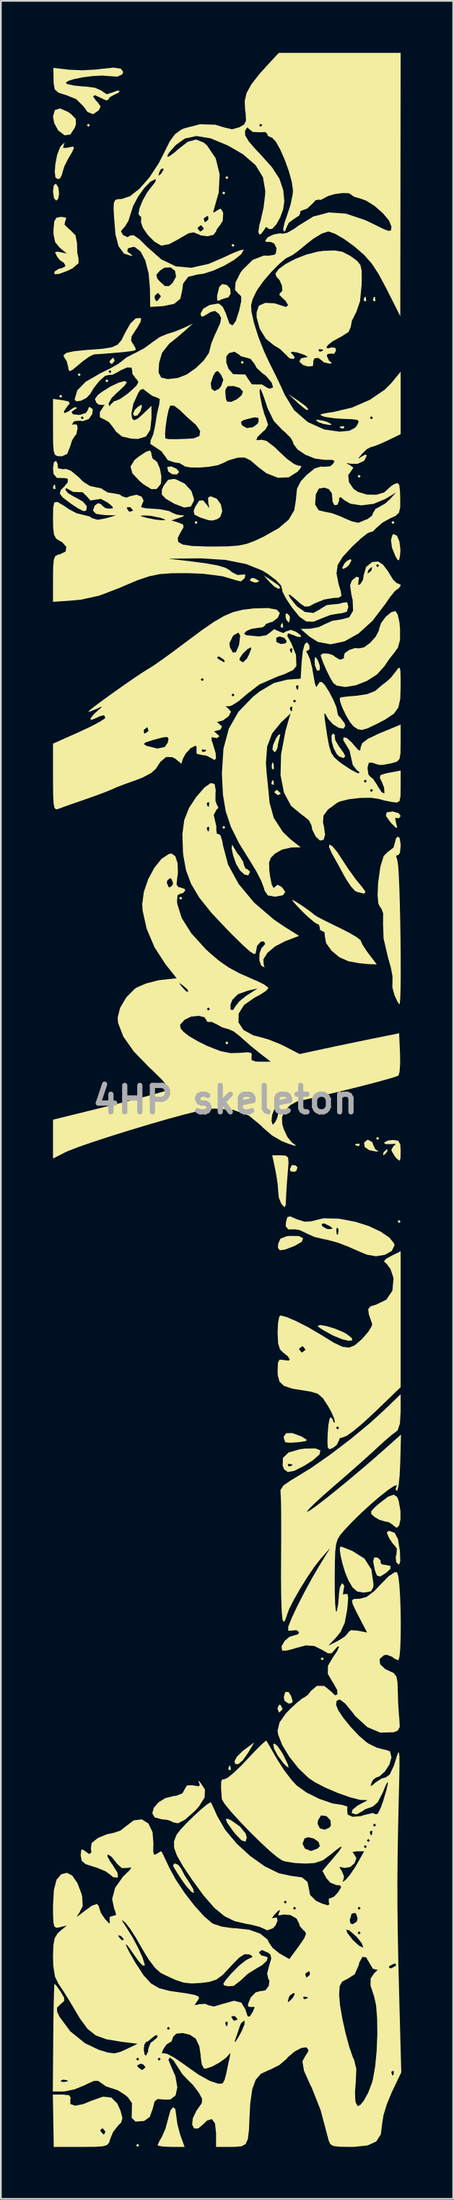
<source format=kicad_pcb>
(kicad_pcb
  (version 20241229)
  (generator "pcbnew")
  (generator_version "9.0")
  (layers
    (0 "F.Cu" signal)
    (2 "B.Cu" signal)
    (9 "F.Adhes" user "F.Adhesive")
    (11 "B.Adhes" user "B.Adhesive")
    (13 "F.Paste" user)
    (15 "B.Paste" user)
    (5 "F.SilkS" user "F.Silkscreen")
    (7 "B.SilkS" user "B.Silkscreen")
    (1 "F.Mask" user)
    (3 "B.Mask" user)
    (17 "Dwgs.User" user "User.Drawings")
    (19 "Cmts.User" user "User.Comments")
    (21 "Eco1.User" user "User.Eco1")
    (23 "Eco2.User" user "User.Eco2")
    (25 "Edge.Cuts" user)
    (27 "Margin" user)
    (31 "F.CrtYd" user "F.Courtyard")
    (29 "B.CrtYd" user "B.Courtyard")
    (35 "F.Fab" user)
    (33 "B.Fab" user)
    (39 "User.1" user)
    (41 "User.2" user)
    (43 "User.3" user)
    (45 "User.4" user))
  (footprint "4HP skeleton"
    (layer "F.Cu")
    (at 9.958 60.392)
    (property "Reference" "4HP skeleton" (at 0 0 0) (layer "F.Fab") (effects (font (size 1.524 1.524) (thickness 0.3))))
    (attr board_only exclude_from_pos_files exclude_from_bom)
    (fp_poly (pts (xy -9.414 -40.587) (xy -9.503 -40.498) (xy -9.592 -40.587) (xy -9.503 -40.676)) (stroke (width 0) (type solid)) (fill yes) (layer "F.SilkS"))
    (fp_poly (pts (xy -8.348 -41.83) (xy -8.437 -41.741) (xy -8.526 -41.83) (xy -8.437 -41.919)) (stroke (width 0) (type solid)) (fill yes) (layer "F.SilkS"))
    (fp_poly (pts (xy -7.815 -56.217) (xy -7.904 -56.129) (xy -7.993 -56.217) (xy -7.904 -56.306)) (stroke (width 0) (type solid)) (fill yes) (layer "F.SilkS"))
    (fp_poly (pts (xy -6.75 -41.475) (xy -6.838 -41.386) (xy -6.927 -41.475) (xy -6.838 -41.564)) (stroke (width 0) (type solid)) (fill yes) (layer "F.SilkS"))
    (fp_poly (pts (xy -4.973 60.303) (xy -5.062 60.392) (xy -5.151 60.303) (xy -5.062 60.214)) (stroke (width 0) (type solid)) (fill yes) (layer "F.SilkS"))
    (fp_poly (pts (xy -2.487 -11.634) (xy -2.576 -11.545) (xy -2.664 -11.634) (xy -2.576 -11.723)) (stroke (width 0) (type solid)) (fill yes) (layer "F.SilkS"))
    (fp_poly (pts (xy -1.599 -33.304) (xy -1.687 -33.215) (xy -1.776 -33.304) (xy -1.687 -33.393)) (stroke (width 0) (type solid)) (fill yes) (layer "F.SilkS"))
    (fp_poly (pts (xy 0 -52.31) (xy -0.089 -52.221) (xy -0.178 -52.31) (xy -0.089 -52.399)) (stroke (width 0) (type solid)) (fill yes) (layer "F.SilkS"))
    (fp_poly (pts (xy 0 -15.72) (xy -0.089 -15.631) (xy -0.178 -15.72) (xy -0.089 -15.808)) (stroke (width 0) (type solid)) (fill yes) (layer "F.SilkS"))
    (fp_poly (pts (xy 0.178 -53.198) (xy 0.089 -53.109) (xy 0 -53.198) (xy 0.089 -53.287)) (stroke (width 0) (type solid)) (fill yes) (layer "F.SilkS"))
    (fp_poly (pts (xy 0.178 -3.286) (xy 0.089 -3.197) (xy 0 -3.286) (xy 0.089 -3.375)) (stroke (width 0) (type solid)) (fill yes) (layer "F.SilkS"))
    (fp_poly (pts (xy 0.533 -49.29) (xy 0.444 -49.201) (xy 0.355 -49.29) (xy 0.444 -49.379)) (stroke (width 0) (type solid)) (fill yes) (layer "F.SilkS"))
    (fp_poly (pts (xy 1.066 -42.541) (xy 0.977 -42.452) (xy 0.888 -42.541) (xy 0.977 -42.629)) (stroke (width 0) (type solid)) (fill yes) (layer "F.SilkS"))
    (fp_poly (pts (xy 5.684 32.238) (xy 5.595 32.327) (xy 5.506 32.238) (xy 5.595 32.15)) (stroke (width 0) (type solid)) (fill yes) (layer "F.SilkS"))
    (fp_poly (pts (xy 7.815 -35.969) (xy 7.727 -35.88) (xy 7.638 -35.969) (xy 7.727 -36.057)) (stroke (width 0) (type solid)) (fill yes) (layer "F.SilkS"))
    (fp_poly (pts (xy 8.881 2.22) (xy 8.792 2.309) (xy 8.703 2.22) (xy 8.792 2.131)) (stroke (width 0) (type solid)) (fill yes) (layer "F.SilkS"))
    (fp_poly (pts (xy 9.769 -33.304) (xy 9.68 -33.215) (xy 9.592 -33.304) (xy 9.68 -33.393)) (stroke (width 0) (type solid)) (fill yes) (layer "F.SilkS"))
    (fp_poly (pts (xy 10.124 7.016) (xy 10.036 7.105) (xy 9.947 7.016) (xy 10.036 6.927)) (stroke (width 0) (type solid)) (fill yes) (layer "F.SilkS"))
    (fp_poly (pts (xy -9.828 -35.465) (xy -9.807 -35.254) (xy -9.828 -35.228) (xy -9.934 -35.253) (xy -9.947 -35.347) (xy -9.882 -35.493)) (stroke (width 0) (type solid)) (fill yes) (layer "F.SilkS"))
    (fp_poly (pts (xy 0.296 38.426) (xy 0.317 38.636) (xy 0.296 38.662) (xy 0.19 38.638) (xy 0.178 38.544) (xy 0.243 38.398)) (stroke (width 0) (type solid)) (fill yes) (layer "F.SilkS"))
    (fp_poly (pts (xy 2.783 -18.414) (xy 2.804 -18.203) (xy 2.783 -18.177) (xy 2.677 -18.201) (xy 2.664 -18.295) (xy 2.729 -18.441)) (stroke (width 0) (type solid)) (fill yes) (layer "F.SilkS"))
    (fp_poly (pts (xy 2.786 -19.394) (xy 2.807 -19.117) (xy 2.772 -19.054) (xy 2.691 -19.107) (xy 2.678 -19.287) (xy 2.722 -19.476)) (stroke (width 0) (type solid)) (fill yes) (layer "F.SilkS"))
    (fp_poly (pts (xy 3.316 -27.472) (xy 3.337 -27.261) (xy 3.316 -27.235) (xy 3.21 -27.26) (xy 3.197 -27.354) (xy 3.262 -27.5)) (stroke (width 0) (type solid)) (fill yes) (layer "F.SilkS"))
    (fp_poly (pts (xy 6.868 -38.84) (xy 6.844 -38.734) (xy 6.75 -38.722) (xy 6.603 -38.787) (xy 6.631 -38.84) (xy 6.842 -38.861)) (stroke (width 0) (type solid)) (fill yes) (layer "F.SilkS"))
    (fp_poly (pts (xy 7.756 2.546) (xy 7.732 2.652) (xy 7.638 2.664) (xy 7.492 2.599) (xy 7.519 2.546) (xy 7.73 2.525)) (stroke (width 0) (type solid)) (fill yes) (layer "F.SilkS"))
    (fp_poly (pts (xy 8.111 -46.3) (xy 8.133 -46.089) (xy 8.111 -46.063) (xy 8.006 -46.088) (xy 7.993 -46.182) (xy 8.058 -46.328)) (stroke (width 0) (type solid)) (fill yes) (layer "F.SilkS"))
    (fp_poly (pts (xy 8.644 -46.3) (xy 8.666 -46.089) (xy 8.644 -46.063) (xy 8.539 -46.088) (xy 8.526 -46.182) (xy 8.591 -46.328)) (stroke (width 0) (type solid)) (fill yes) (layer "F.SilkS"))
    (fp_poly (pts (xy 2.709 -29.936) (xy 3.097 -29.659) (xy 3.181 -29.516) (xy 3.047 -29.485) (xy 2.832 -29.606) (xy 2.559 -29.868) (xy 2.22 -30.251)) (stroke (width 0) (type solid)) (fill yes) (layer "F.SilkS"))
    (fp_poly (pts (xy 3.2 34.905) (xy 3.303 35.117) (xy 3.278 35.182) (xy 3.107 35.339) (xy 3.023 35.16) (xy 3.02 35.07) (xy 3.107 34.887)) (stroke (width 0) (type solid)) (fill yes) (layer "F.SilkS"))
    (fp_poly (pts (xy 4.067 3.782) (xy 4.163 3.889) (xy 4.115 4.077) (xy 3.995 4.15) (xy 3.767 4.122) (xy 3.73 3.991) (xy 3.842 3.756)) (stroke (width 0) (type solid)) (fill yes) (layer "F.SilkS"))
    (fp_poly (pts (xy -6.396 -42.67) (xy -6.394 -42.629) (xy -6.531 -42.459) (xy -6.583 -42.452) (xy -6.689 -42.561) (xy -6.661 -42.629) (xy -6.501 -42.799) (xy -6.473 -42.807)) (stroke (width 0) (type solid)) (fill yes) (layer "F.SilkS"))
    (fp_poly (pts (xy -4.816 -39.974) (xy -4.904 -39.713) (xy -5.076 -39.481) (xy -5.262 -39.444) (xy -5.329 -39.588) (xy -5.207 -39.82) (xy -5.062 -39.965) (xy -4.842 -40.105)) (stroke (width 0) (type solid)) (fill yes) (layer "F.SilkS"))
    (fp_poly (pts (xy 1.687 -30.082) (xy 1.921 -29.956) (xy 1.954 -29.91) (xy 1.809 -29.848) (xy 1.687 -29.841) (xy 1.451 -29.934) (xy 1.421 -30.013) (xy 1.551 -30.11)) (stroke (width 0) (type solid)) (fill yes) (layer "F.SilkS"))
    (fp_poly (pts (xy 3.02 -17.851) (xy 3.189 -17.691) (xy 3.197 -17.663) (xy 3.06 -17.587) (xy 3.02 -17.585) (xy 2.849 -17.721) (xy 2.842 -17.773) (xy 2.951 -17.879)) (stroke (width 0) (type solid)) (fill yes) (layer "F.SilkS"))
    (fp_poly (pts (xy 3.711 -27.92) (xy 3.73 -27.798) (xy 3.692 -27.561) (xy 3.66 -27.531) (xy 3.546 -27.67) (xy 3.488 -27.798) (xy 3.485 -28.027) (xy 3.558 -28.064)) (stroke (width 0) (type solid)) (fill yes) (layer "F.SilkS"))
    (fp_poly (pts (xy 3.8 34.384) (xy 3.896 34.7) (xy 3.804 34.805) (xy 3.641 34.814) (xy 3.424 34.666) (xy 3.375 34.459) (xy 3.461 34.152) (xy 3.649 34.151)) (stroke (width 0) (type solid)) (fill yes) (layer "F.SilkS"))
    (fp_poly (pts (xy 4.219 -40.324) (xy 4.663 -39.999) (xy 4.799 -39.821) (xy 4.717 -39.787) (xy 4.548 -39.896) (xy 4.23 -40.165) (xy 4.14 -40.248) (xy 3.641 -40.708)) (stroke (width 0) (type solid)) (fill yes) (layer "F.SilkS"))
    (fp_poly (pts (xy 5.709 -39.161) (xy 5.95 -39.077) (xy 6.144 -38.96) (xy 6.039 -38.924) (xy 5.659 -38.992) (xy 5.417 -39.077) (xy 5.224 -39.194) (xy 5.329 -39.23)) (stroke (width 0) (type solid)) (fill yes) (layer "F.SilkS"))
    (fp_poly (pts (xy 7.283 -31.127) (xy 7.16 -30.877) (xy 7.016 -30.729) (xy 6.802 -30.622) (xy 6.75 -30.685) (xy 6.872 -30.936) (xy 7.016 -31.084) (xy 7.23 -31.191)) (stroke (width 0) (type solid)) (fill yes) (layer "F.SilkS"))
    (fp_poly (pts (xy 9.358 2.957) (xy 9.325 3.02) (xy 9.158 3.189) (xy 9.127 3.197) (xy 9.114 3.082) (xy 9.148 3.02) (xy 9.315 2.85) (xy 9.346 2.842)) (stroke (width 0) (type solid)) (fill yes) (layer "F.SilkS"))
    (fp_poly (pts (xy 1.32 37.655) (xy 1.013 38.089) (xy 0.744 38.317) (xy 0.569 38.301) (xy 0.533 38.148) (xy 0.665 37.892) (xy 0.994 37.564) (xy 1.1 37.481) (xy 1.667 37.062)) (stroke (width 0) (type solid)) (fill yes) (layer "F.SilkS"))
    (fp_poly (pts (xy 5.275 -25.468) (xy 5.347 -25.349) (xy 5.46 -25.039) (xy 5.454 -24.801) (xy 5.34 -24.751) (xy 5.281 -24.797) (xy 5.176 -25.064) (xy 5.156 -25.296) (xy 5.179 -25.551)) (stroke (width 0) (type solid)) (fill yes) (layer "F.SilkS"))
    (fp_poly (pts (xy -9.769 -52.843) (xy -9.635 -52.616) (xy -9.596 -52.269) (xy -9.652 -51.967) (xy -9.769 -51.866) (xy -9.893 -52.02) (xy -9.947 -52.394) (xy -9.947 -52.409) (xy -9.899 -52.764) (xy -9.775 -52.846)) (stroke (width 0) (type solid)) (fill yes) (layer "F.SilkS"))
    (fp_poly (pts (xy -2.82 -36.409) (xy -2.665 -36.228) (xy -2.664 -36.216) (xy -2.793 -36.075) (xy -3.061 -36.085) (xy -3.288 -36.239) (xy -3.293 -36.247) (xy -3.35 -36.477) (xy -3.329 -36.517) (xy -3.108 -36.536)) (stroke (width 0) (type solid)) (fill yes) (layer "F.SilkS"))
    (fp_poly (pts (xy 3.135 -20.901) (xy 3.035 -20.493) (xy 3.02 -20.323) (xy 2.912 -20.096) (xy 2.83 -20.071) (xy 2.722 -20.213) (xy 2.761 -20.471) (xy 2.933 -20.865) (xy 3.066 -21.048) (xy 3.179 -21.096)) (stroke (width 0) (type solid)) (fill yes) (layer "F.SilkS"))
    (fp_poly (pts (xy 0.341 41.556) (xy 0.847 41.913) (xy 1.172 42.311) (xy 1.243 42.553) (xy 1.164 42.786) (xy 0.935 42.71) (xy 0.57 42.331) (xy 0.465 42.197) (xy 0.124 41.72) (xy 0.021 41.483) (xy 0.152 41.468)) (stroke (width 0) (type solid)) (fill yes) (layer "F.SilkS"))
    (fp_poly (pts (xy 3.014 37.268) (xy 3.265 37.632) (xy 3.375 37.834) (xy 3.609 38.324) (xy 3.656 38.519) (xy 3.516 38.429) (xy 3.336 38.233) (xy 3.024 37.816) (xy 2.82 37.433) (xy 2.767 37.177) (xy 2.832 37.123)) (stroke (width 0) (type solid)) (fill yes) (layer "F.SilkS"))
    (fp_poly (pts (xy 9.91 -32.545) (xy 10.053 -32.21) (xy 10.112 -31.739) (xy 10.091 -31.413) (xy 10.031 -31.122) (xy 9.938 -31.165) (xy 9.828 -31.35) (xy 9.627 -31.843) (xy 9.565 -32.296) (xy 9.652 -32.591) (xy 9.718 -32.634)) (stroke (width 0) (type solid)) (fill yes) (layer "F.SilkS"))
    (fp_poly (pts (xy -9.089 -56.994) (xy -8.916 -56.872) (xy -8.637 -56.588) (xy -8.623 -56.275) (xy -8.69 -56.076) (xy -8.945 -55.683) (xy -9.275 -55.636) (xy -9.653 -55.921) (xy -9.881 -56.349) (xy -9.947 -56.72) (xy -9.84 -57.093) (xy -9.543 -57.186)) (stroke (width 0) (type solid)) (fill yes) (layer "F.SilkS"))
    (fp_poly (pts (xy 0.094 -47.004) (xy 0.281 -46.799) (xy 0.308 -46.504) (xy 0.178 -46.292) (xy 0.086 -46.268) (xy -0.212 -46.178) (xy -0.317 -46.12) (xy -0.468 -46.098) (xy -0.475 -46.352) (xy -0.458 -46.456) (xy -0.344 -46.9) (xy -0.179 -47.058)) (stroke (width 0) (type solid)) (fill yes) (layer "F.SilkS"))
    (fp_poly (pts (xy 4.248 7.853) (xy 4.492 7.977) (xy 4.42 8.178) (xy 4.013 8.419) (xy 3.998 8.425) (xy 3.445 8.636) (xy 3.146 8.677) (xy 3.04 8.54) (xy 3.052 8.304) (xy 3.182 8.008) (xy 3.526 7.87) (xy 3.708 7.847)) (stroke (width 0) (type solid)) (fill yes) (layer "F.SilkS"))
    (fp_poly (pts (xy 8.495 2.444) (xy 8.526 2.561) (xy 8.66 2.846) (xy 8.748 2.902) (xy 8.85 2.973) (xy 8.689 2.975) (xy 8.349 2.909) (xy 8.304 2.897) (xy 8.054 2.723) (xy 8.007 2.48) (xy 8.173 2.319) (xy 8.259 2.309)) (stroke (width 0) (type solid)) (fill yes) (layer "F.SilkS"))
    (fp_poly (pts (xy 4.353 19.395) (xy 4.425 19.433) (xy 4.687 19.591) (xy 4.68 19.672) (xy 4.369 19.727) (xy 4.197 19.747) (xy 3.749 19.777) (xy 3.479 19.752) (xy 3.458 19.74) (xy 3.38 19.509) (xy 3.375 19.42) (xy 3.512 19.226) (xy 3.866 19.218)) (stroke (width 0) (type solid)) (fill yes) (layer "F.SilkS"))
    (fp_poly (pts (xy 8.791 26.401) (xy 8.972 26.568) (xy 8.958 26.662) (xy 9.023 26.787) (xy 9.226 26.821) (xy 9.542 26.88) (xy 9.525 27.059) (xy 9.281 27.284) (xy 8.939 27.496) (xy 8.751 27.431) (xy 8.638 27.132) (xy 8.537 26.619) (xy 8.598 26.391)) (stroke (width 0) (type solid)) (fill yes) (layer "F.SilkS"))
    (fp_poly (pts (xy -2.851 -35.794) (xy -2.34 -35.544) (xy -1.96 -35.127) (xy -1.806 -34.659) (xy -1.812 -34.564) (xy -1.988 -34.225) (xy -2.374 -34.169) (xy -2.931 -34.38) (xy -3.44 -34.676) (xy -3.667 -34.921) (xy -3.661 -35.198) (xy -3.549 -35.442) (xy -3.298 -35.767) (xy -2.968 -35.817)) (stroke (width 0) (type solid)) (fill yes) (layer "F.SilkS"))
    (fp_poly (pts (xy 5.834 13.045) (xy 6.301 13.184) (xy 6.764 13.372) (xy 6.988 13.492) (xy 7.303 13.735) (xy 7.332 13.872) (xy 7.127 13.897) (xy 6.742 13.806) (xy 6.231 13.595) (xy 6.168 13.564) (xy 5.699 13.308) (xy 5.394 13.109) (xy 5.329 13.038) (xy 5.473 12.986)) (stroke (width 0) (type solid)) (fill yes) (layer "F.SilkS"))
    (fp_poly (pts (xy 9.68 -16.633) (xy 10.014 -16.534) (xy 10.124 -16.375) (xy 10.016 -16.235) (xy 9.928 -16.264) (xy 9.807 -16.25) (xy 9.851 -16.008) (xy 9.926 -15.713) (xy 9.852 -15.694) (xy 9.594 -15.95) (xy 9.547 -16.001) (xy 9.276 -16.377) (xy 9.313 -16.584) (xy 9.661 -16.634)) (stroke (width 0) (type solid)) (fill yes) (layer "F.SilkS"))
    (fp_poly (pts (xy 6.34 -21.034) (xy 6.318 -20.98) (xy 6.35 -20.747) (xy 6.558 -20.396) (xy 6.574 -20.375) (xy 6.819 -20.035) (xy 6.927 -19.826) (xy 6.927 -19.821) (xy 6.816 -19.716) (xy 6.581 -19.805) (xy 6.441 -19.938) (xy 6.256 -20.282) (xy 6.144 -20.683) (xy 6.129 -21.011) (xy 6.224 -21.137)) (stroke (width 0) (type solid)) (fill yes) (layer "F.SilkS"))
    (fp_poly (pts (xy -2.716 44.122) (xy -2.543 44.348) (xy -2.538 44.361) (xy -2.353 44.722) (xy -2.07 45.155) (xy -2.067 45.158) (xy -1.856 45.512) (xy -1.808 45.735) (xy -1.816 45.748) (xy -1.963 45.673) (xy -2.234 45.372) (xy -2.47 45.052) (xy -2.774 44.592) (xy -2.974 44.258) (xy -3.02 44.152) (xy -2.921 44.037)) (stroke (width 0) (type solid)) (fill yes) (layer "F.SilkS"))
    (fp_poly (pts (xy -2.883 58.21) (xy -2.834 58.571) (xy -2.768 59.069) (xy -2.615 59.649) (xy -2.589 59.726) (xy -2.351 60.392) (xy -3.129 60.392) (xy -3.599 60.372) (xy -3.876 60.323) (xy -3.908 60.297) (xy -3.823 60.091) (xy -3.661 59.808) (xy -3.463 59.363) (xy -3.308 58.803) (xy -3.298 58.749) (xy -3.165 58.284) (xy -3.011 58.098)) (stroke (width 0) (type solid)) (fill yes) (layer "F.SilkS"))
    (fp_poly (pts (xy 0.487 -14.568) (xy 0.701 -14.213) (xy 0.828 -14.067) (xy 1.032 -13.738) (xy 1.066 -13.575) (xy 1.166 -13.347) (xy 1.243 -13.322) (xy 1.416 -13.187) (xy 1.421 -13.144) (xy 1.33 -12.95) (xy 1.112 -12.995) (xy 0.849 -13.232) (xy 0.624 -13.61) (xy 0.452 -14.101) (xy 0.37 -14.491) (xy 0.369 -14.542) (xy 0.4 -14.727)) (stroke (width 0) (type solid)) (fill yes) (layer "F.SilkS"))
    (fp_poly (pts (xy 9.782 24.977) (xy 9.97 25.337) (xy 10.078 25.997) (xy 10.084 26.065) (xy 10.102 26.612) (xy 10.034 26.816) (xy 9.879 26.677) (xy 9.868 26.659) (xy 9.839 26.372) (xy 9.883 26.197) (xy 9.906 25.888) (xy 9.84 25.782) (xy 9.636 25.548) (xy 9.457 25.267) (xy 9.325 24.971) (xy 9.407 24.872) (xy 9.491 24.867)) (stroke (width 0) (type solid)) (fill yes) (layer "F.SilkS"))
    (fp_poly (pts (xy 3.487 3.214) (xy 3.624 3.325) (xy 3.65 3.617) (xy 3.611 4.13) (xy 3.558 4.797) (xy 3.518 5.419) (xy 3.509 5.64) (xy 3.487 6.063) (xy 3.432 6.189) (xy 3.3 6.073) (xy 3.235 5.995) (xy 3.094 5.652) (xy 3.059 5.329) (xy 3.027 4.885) (xy 2.937 4.287) (xy 2.889 4.041) (xy 2.71 3.197) (xy 3.203 3.197)) (stroke (width 0) (type solid)) (fill yes) (layer "F.SilkS"))
    (fp_poly (pts (xy 6.834 25.817) (xy 7.22 25.97) (xy 7.346 26.023) (xy 8.036 26.459) (xy 8.434 27.081) (xy 8.554 27.915) (xy 8.546 28.109) (xy 8.408 28.347) (xy 7.999 28.42) (xy 7.997 28.42) (xy 7.621 28.359) (xy 7.345 28.12) (xy 7.112 27.723) (xy 6.93 27.286) (xy 6.769 26.765) (xy 6.654 26.265) (xy 6.608 25.894) (xy 6.653 25.755)) (stroke (width 0) (type solid)) (fill yes) (layer "F.SilkS"))
    (fp_poly (pts (xy 9.927 22.909) (xy 10.013 23.135) (xy 10.113 23.699) (xy 10.117 24.191) (xy 10.04 24.544) (xy 9.899 24.688) (xy 9.71 24.557) (xy 9.68 24.512) (xy 9.426 24.353) (xy 9.27 24.329) (xy 8.895 24.221) (xy 8.623 24.061) (xy 8.427 23.886) (xy 8.424 23.726) (xy 8.645 23.487) (xy 8.89 23.274) (xy 9.396 22.888) (xy 9.725 22.768)) (stroke (width 0) (type solid)) (fill yes) (layer "F.SilkS"))
    (fp_poly (pts (xy 9.984 2.357) (xy 10.105 2.572) (xy 10.124 2.931) (xy 10.116 3.374) (xy 10.061 3.514) (xy 9.914 3.4) (xy 9.814 3.287) (xy 9.624 2.99) (xy 9.592 2.864) (xy 9.729 2.643) (xy 9.814 2.59) (xy 9.83 2.535) (xy 9.562 2.548) (xy 9.553 2.549) (xy 9.236 2.549) (xy 9.163 2.461) (xy 9.395 2.344) (xy 9.691 2.309)) (stroke (width 0) (type solid)) (fill yes) (layer "F.SilkS"))
    (fp_poly (pts (xy -4.267 -37.305) (xy -4.263 -37.212) (xy -4.188 -36.975) (xy -4.124 -36.945) (xy -3.936 -36.791) (xy -3.779 -36.42) (xy -3.692 -35.972) (xy -3.71 -35.586) (xy -3.743 -35.501) (xy -3.969 -35.234) (xy -4.268 -35.227) (xy -4.699 -35.489) (xy -4.929 -35.678) (xy -5.366 -36.14) (xy -5.472 -36.53) (xy -5.25 -36.899) (xy -4.99 -37.111) (xy -4.562 -37.393) (xy -4.342 -37.455)) (stroke (width 0) (type solid)) (fill yes) (layer "F.SilkS"))
    (fp_poly (pts (xy 6.188 -14.628) (xy 6.471 -14.284) (xy 6.549 -14.165) (xy 7.102 -13.322) (xy 7.549 -12.702) (xy 7.88 -12.3) (xy 8.091 -12.014) (xy 8.04 -11.908) (xy 7.98 -11.903) (xy 7.602 -11.998) (xy 7.491 -12.055) (xy 7.267 -12.296) (xy 6.981 -12.724) (xy 6.869 -12.92) (xy 6.548 -13.509) (xy 6.233 -14.075) (xy 6.168 -14.189) (xy 5.989 -14.584) (xy 6.011 -14.729)) (stroke (width 0) (type solid)) (fill yes) (layer "F.SilkS"))
    (fp_poly (pts (xy -0.492 -34.678) (xy -0.256 -34.352) (xy -0.176 -33.96) (xy -0.287 -33.623) (xy -0.459 -33.501) (xy -0.721 -33.42) (xy -0.97 -33.436) (xy -1.363 -33.563) (xy -1.456 -33.596) (xy -1.783 -33.757) (xy -1.828 -33.974) (xy -1.739 -34.204) (xy -1.509 -34.566) (xy -1.285 -34.583) (xy -1.066 -34.326) (xy -0.934 -34.14) (xy -0.941 -34.262) (xy -0.98 -34.414) (xy -0.994 -34.74) (xy -0.847 -34.814)) (stroke (width 0) (type solid)) (fill yes) (layer "F.SilkS"))
    (fp_poly (pts (xy -9.312 -55.107) (xy -9.328 -55.079) (xy -9.363 -54.908) (xy -9.128 -54.919) (xy -9.087 -54.93) (xy -8.811 -54.987) (xy -8.732 -54.921) (xy -8.846 -54.667) (xy -9.058 -54.312) (xy -9.293 -53.85) (xy -9.41 -53.466) (xy -9.413 -53.42) (xy -9.529 -53.157) (xy -9.659 -53.109) (xy -9.804 -53.2) (xy -9.846 -53.519) (xy -9.815 -53.953) (xy -9.708 -54.514) (xy -9.538 -54.951) (xy -9.457 -55.063) (xy -9.279 -55.217)) (stroke (width 0) (type solid)) (fill yes) (layer "F.SilkS"))
    (fp_poly (pts (xy 5.491 20.218) (xy 5.441 20.448) (xy 5.063 20.784) (xy 4.564 21.101) (xy 3.979 21.398) (xy 3.607 21.465) (xy 3.391 21.303) (xy 3.312 21.094) (xy 3.315 21.019) (xy 3.612 21.019) (xy 3.636 21.124) (xy 3.73 21.137) (xy 3.876 21.072) (xy 3.848 21.019) (xy 3.638 20.997) (xy 3.612 21.019) (xy 3.315 21.019) (xy 3.328 20.65) (xy 3.651 20.339) (xy 4.295 20.152) (xy 4.605 20.113) (xy 5.213 20.104)) (stroke (width 0) (type solid)) (fill yes) (layer "F.SilkS"))
    (fp_poly (pts (xy -1.467 39.343) (xy -1.175 39.774) (xy -1.193 40.234) (xy -1.53 40.767) (xy -1.767 41.022) (xy -2.324 41.517) (xy -2.732 41.727) (xy -3.027 41.668) (xy -3.076 41.626) (xy -3.322 41.535) (xy -3.682 41.493) (xy -4.077 41.386) (xy -4.214 41.148) (xy -4.133 40.842) (xy -3.873 40.531) (xy -3.474 40.279) (xy -2.976 40.149) (xy -2.842 40.143) (xy -2.476 39.997) (xy -2.361 39.789) (xy -2.213 39.54) (xy -1.894 39.531) (xy -1.818 39.549) (xy -1.51 39.593) (xy -1.476 39.479) (xy -1.509 39.414) (xy -1.567 39.267)) (stroke (width 0) (type solid)) (fill yes) (layer "F.SilkS"))
    (fp_poly (pts (xy 10.112 -24.732) (xy 10.124 -24.257) (xy 10.124 -23.868) (xy 10.102 -23.13) (xy 9.993 -22.634) (xy 9.731 -22.275) (xy 9.253 -21.951) (xy 8.755 -21.691) (xy 8.221 -21.436) (xy 7.889 -21.337) (xy 7.646 -21.383) (xy 7.411 -21.537) (xy 7.198 -21.79) (xy 6.957 -22.202) (xy 6.744 -22.653) (xy 6.615 -23.026) (xy 6.617 -23.195) (xy 6.817 -23.242) (xy 7.254 -23.288) (xy 7.557 -23.309) (xy 8.193 -23.404) (xy 8.649 -23.587) (xy 8.726 -23.648) (xy 9.074 -23.952) (xy 9.271 -24.092) (xy 9.555 -24.347) (xy 9.824 -24.685) (xy 9.98 -24.897) (xy 10.07 -24.929)) (stroke (width 0) (type solid)) (fill yes) (layer "F.SilkS"))
    (fp_poly (pts (xy -4.861 -45.063) (xy -4.893 -44.874) (xy -5.093 -44.526) (xy -5.163 -44.427) (xy -5.411 -44.039) (xy -5.438 -43.784) (xy -5.331 -43.609) (xy -5.178 -43.35) (xy -5.181 -43.25) (xy -5.367 -43.197) (xy -5.838 -43.137) (xy -6.617 -43.069) (xy -7.587 -42.999) (xy -7.841 -42.881) (xy -8.235 -42.598) (xy -8.431 -42.433) (xy -8.81 -42.119) (xy -8.997 -42.032) (xy -9.057 -42.151) (xy -9.059 -42.22) (xy -9.154 -42.606) (xy -9.252 -42.751) (xy -9.349 -42.942) (xy -9.181 -43.084) (xy -8.719 -43.187) (xy -7.934 -43.262) (xy -7.854 -43.267) (xy -7.065 -43.328) (xy -6.548 -43.413) (xy -6.22 -43.562) (xy -6 -43.814) (xy -5.803 -44.208) (xy -5.788 -44.242) (xy -5.486 -44.775) (xy -5.174 -45.077) (xy -4.907 -45.099)) (stroke (width 0) (type solid)) (fill yes) (layer "F.SilkS"))
    (fp_poly (pts (xy -9.019 57.412) (xy -8.924 57.559) (xy -8.948 57.645) (xy -8.943 57.921) (xy -8.678 58.015) (xy -8.202 57.923) (xy -7.74 57.734) (xy -7.071 57.495) (xy -6.585 57.543) (xy -6.234 57.892) (xy -6.051 58.301) (xy -5.939 58.725) (xy -6.008 58.984) (xy -6.181 59.153) (xy -6.478 59.533) (xy -6.635 59.908) (xy -6.705 60.138) (xy -6.825 60.281) (xy -7.067 60.356) (xy -7.507 60.386) (xy -8.218 60.392) (xy -8.331 60.392) (xy -9.905 60.392) (xy -9.921 59.435) (xy -7.221 59.435) (xy -7.194 59.503) (xy -7.034 59.673) (xy -7.006 59.681) (xy -6.929 59.544) (xy -6.927 59.503) (xy -7.064 59.333) (xy -7.115 59.326) (xy -7.221 59.435) (xy -9.921 59.435) (xy -9.931 58.882) (xy -9.956 57.372) (xy -9.4 57.372)) (stroke (width 0) (type solid)) (fill yes) (layer "F.SilkS"))
    (fp_poly (pts (xy 4.039 -11.453) (xy 4.384 -11.233) (xy 4.769 -10.967) (xy 5.07 -10.74) (xy 5.151 -10.666) (xy 5.343 -10.549) (xy 5.774 -10.325) (xy 6.36 -10.037) (xy 6.528 -9.957) (xy 7.128 -9.654) (xy 7.578 -9.392) (xy 7.803 -9.217) (xy 7.815 -9.19) (xy 7.915 -8.964) (xy 8.164 -8.582) (xy 8.281 -8.425) (xy 8.746 -7.815) (xy 8.236 -7.834) (xy 7.694 -7.889) (xy 7.108 -7.997) (xy 6.59 -8.226) (xy 6.131 -8.607) (xy 5.821 -9.043) (xy 5.747 -9.442) (xy 5.75 -9.452) (xy 5.722 -9.688) (xy 5.621 -9.719) (xy 5.462 -9.813) (xy 5.462 -9.902) (xy 5.407 -10.107) (xy 5.35 -10.124) (xy 5.147 -10.241) (xy 4.79 -10.542) (xy 4.482 -10.835) (xy 4.113 -11.217) (xy 3.89 -11.475) (xy 3.857 -11.545)) (stroke (width 0) (type solid)) (fill yes) (layer "F.SilkS"))
    (fp_poly (pts (xy -9.19 -50.89) (xy -9.217 -50.736) (xy -9.236 -50.711) (xy -9.285 -50.487) (xy -9.028 -50.234) (xy -8.978 -50.2) (xy -8.648 -49.868) (xy -8.557 -49.39) (xy -8.559 -49.318) (xy -8.545 -48.861) (xy -8.481 -48.563) (xy -8.477 -48.555) (xy -8.471 -48.265) (xy -8.814 -47.969) (xy -9.112 -47.821) (xy -9.614 -47.638) (xy -9.87 -47.629) (xy -9.858 -47.78) (xy -9.601 -47.944) (xy -9.492 -47.958) (xy -9.263 -48.057) (xy -9.236 -48.136) (xy -9.34 -48.308) (xy -9.371 -48.313) (xy -9.561 -48.446) (xy -9.716 -48.649) (xy -9.831 -48.893) (xy -9.679 -48.928) (xy -9.537 -48.9) (xy -9.148 -48.816) (xy -9.548 -49.143) (xy -9.825 -49.476) (xy -9.921 -49.943) (xy -9.919 -50.202) (xy -9.875 -50.671) (xy -9.752 -50.882) (xy -9.492 -50.933) (xy -9.471 -50.933)) (stroke (width 0) (type solid)) (fill yes) (layer "F.SilkS"))
    (fp_poly (pts (xy 9.954 -27.992) (xy 10.054 -27.55) (xy 10.09 -27.184) (xy 10.088 -26.53) (xy 9.971 -26.098) (xy 9.812 -25.866) (xy 9.466 -25.425) (xy 9.178 -25.003) (xy 8.759 -24.54) (xy 8.181 -24.168) (xy 7.539 -23.915) (xy 6.926 -23.814) (xy 6.434 -23.895) (xy 6.242 -24.037) (xy 6.069 -24.32) (xy 5.848 -24.765) (xy 5.644 -25.232) (xy 5.52 -25.583) (xy 5.506 -25.661) (xy 5.645 -25.75) (xy 5.943 -25.741) (xy 6.225 -25.649) (xy 6.306 -25.578) (xy 6.562 -25.416) (xy 6.682 -25.4) (xy 6.86 -25.485) (xy 6.844 -25.569) (xy 6.89 -25.762) (xy 7.15 -25.951) (xy 7.489 -26.062) (xy 7.727 -26.046) (xy 8.007 -26.102) (xy 8.361 -26.361) (xy 8.684 -26.72) (xy 8.868 -27.074) (xy 8.881 -27.167) (xy 8.995 -27.506) (xy 9.264 -27.867) (xy 9.582 -28.132) (xy 9.829 -28.193)) (stroke (width 0) (type solid)) (fill yes) (layer "F.SilkS"))
    (fp_poly (pts (xy 10.067 -15.111) (xy 10.123 -14.747) (xy 10.124 -14.654) (xy 10.083 -14.245) (xy 9.974 -14.11) (xy 9.947 -14.121) (xy 9.858 -14.083) (xy 9.94 -13.783) (xy 9.98 -13.517) (xy 10.017 -12.975) (xy 10.05 -12.217) (xy 10.078 -11.302) (xy 10.101 -10.29) (xy 10.117 -9.242) (xy 10.127 -8.218) (xy 10.128 -7.277) (xy 10.121 -6.479) (xy 10.103 -5.885) (xy 10.076 -5.554) (xy 10.057 -5.506) (xy 9.951 -5.651) (xy 9.784 -6.004) (xy 9.771 -6.036) (xy 9.646 -6.487) (xy 9.653 -6.832) (xy 9.654 -6.833) (xy 9.654 -7.131) (xy 9.555 -7.647) (xy 9.395 -8.212) (xy 9.138 -9.31) (xy 9.108 -10.16) (xy 9.115 -10.762) (xy 9.004 -11.057) (xy 8.971 -11.076) (xy 8.841 -11.302) (xy 8.792 -11.8) (xy 8.822 -12.497) (xy 8.933 -13.319) (xy 8.962 -13.478) (xy 9.146 -14.07) (xy 9.414 -14.335) (xy 9.44 -14.343) (xy 9.715 -14.561) (xy 9.769 -14.753) (xy 9.856 -15.084) (xy 9.947 -15.187)) (stroke (width 0) (type solid)) (fill yes) (layer "F.SilkS"))
    (fp_poly (pts (xy -6.026 -59.479) (xy -5.894 -59.291) (xy -5.948 -59.152) (xy -6.232 -59.02) (xy -6.683 -59.052) (xy -7.108 -59.083) (xy -7.639 -59.056) (xy -8.194 -58.987) (xy -8.695 -58.889) (xy -9.061 -58.778) (xy -9.212 -58.669) (xy -9.138 -58.598) (xy -8.739 -58.507) (xy -8.188 -58.454) (xy -8.059 -58.45) (xy -7.522 -58.379) (xy -7.15 -58.216) (xy -7.108 -58.175) (xy -6.844 -58.007) (xy -6.538 -58.101) (xy -6.228 -58.215) (xy -6.099 -58.202) (xy -6.171 -58.09) (xy -6.381 -57.998) (xy -6.675 -57.83) (xy -6.75 -57.695) (xy -6.874 -57.648) (xy -7.175 -57.788) (xy -7.194 -57.8) (xy -7.534 -57.954) (xy -7.635 -57.874) (xy -7.453 -57.622) (xy -7.369 -57.548) (xy -7.2 -57.3) (xy -7.302 -57.082) (xy -7.634 -56.856) (xy -7.955 -56.983) (xy -8.176 -57.293) (xy -8.604 -57.721) (xy -9.163 -57.946) (xy -9.628 -58.094) (xy -9.845 -58.281) (xy -9.91 -58.623) (xy -9.915 -58.836) (xy -9.925 -59.526) (xy -9.003 -59.42) (xy -8.238 -59.388) (xy -7.419 -59.434) (xy -7.159 -59.47) (xy -6.456 -59.541)) (stroke (width 0) (type solid)) (fill yes) (layer "F.SilkS"))
    (fp_poly (pts (xy 4.097 6.871) (xy 4.109 6.877) (xy 4.57 7.025) (xy 4.936 7.009) (xy 5.664 6.829) (xy 6.562 6.851) (xy 7.517 7.033) (xy 8.286 7.277) (xy 8.965 7.597) (xy 9.477 7.946) (xy 9.746 8.279) (xy 9.769 8.389) (xy 9.613 8.711) (xy 9.22 8.934) (xy 8.702 9.019) (xy 8.171 8.929) (xy 8.171 8.928) (xy 7.856 8.798) (xy 7.364 8.584) (xy 7.105 8.468) (xy 6.486 8.233) (xy 5.881 8.068) (xy 5.7 8.037) (xy 5.149 7.906) (xy 4.692 7.701) (xy 4.35 7.534) (xy 6.408 7.534) (xy 6.441 7.765) (xy 6.502 7.767) (xy 6.544 7.53) (xy 6.516 7.427) (xy 6.437 7.36) (xy 6.408 7.534) (xy 4.35 7.534) (xy 4.308 7.514) (xy 4.055 7.47) (xy 3.637 7.471) (xy 3.487 7.287) (xy 3.496 7.152) (xy 5.558 7.152) (xy 5.595 7.283) (xy 5.849 7.437) (xy 6.005 7.457) (xy 6.204 7.429) (xy 6.075 7.306) (xy 6.039 7.283) (xy 5.714 7.126) (xy 5.558 7.152) (xy 3.496 7.152) (xy 3.505 7.038) (xy 3.583 6.762) (xy 3.742 6.716)) (stroke (width 0) (type solid)) (fill yes) (layer "F.SilkS"))
    (fp_poly (pts (xy -9.406 -40.357) (xy -9.045 -40.285) (xy -8.989 -40.169) (xy -9.167 -39.944) (xy -9.326 -39.7) (xy -9.274 -39.61) (xy -9.006 -39.74) (xy -8.97 -39.787) (xy -8.713 -39.948) (xy -8.649 -39.951) (xy -8.543 -39.908) (xy -8.659 -39.847) (xy -8.879 -39.684) (xy -8.798 -39.548) (xy -8.468 -39.508) (xy -8.393 -39.515) (xy -8.054 -39.617) (xy -7.949 -39.769) (xy -7.873 -39.954) (xy -7.815 -39.965) (xy -7.655 -39.841) (xy -7.678 -39.566) (xy -7.869 -39.284) (xy -7.882 -39.273) (xy -8.23 -39.15) (xy -8.397 -39.175) (xy -8.702 -39.154) (xy -8.802 -39.062) (xy -8.835 -38.928) (xy -8.731 -38.971) (xy -8.563 -38.947) (xy -8.526 -38.743) (xy -8.599 -38.403) (xy -8.69 -38.286) (xy -8.842 -38.055) (xy -8.97 -37.654) (xy -9.128 -37.261) (xy -9.422 -37.127) (xy -9.517 -37.123) (xy -9.718 -37.137) (xy -9.843 -37.223) (xy -9.912 -37.447) (xy -9.941 -37.879) (xy -9.947 -38.584) (xy -9.947 -38.78) (xy -9.947 -39.343) (xy -8.348 -39.343) (xy -8.259 -39.255) (xy -8.171 -39.343) (xy -8.259 -39.432) (xy -8.348 -39.343) (xy -9.947 -39.343) (xy -9.947 -40.436)) (stroke (width 0) (type solid)) (fill yes) (layer "F.SilkS"))
    (fp_poly (pts (xy 9.111 -30.866) (xy 9.405 -30.478) (xy 9.463 -30.373) (xy 9.702 -29.989) (xy 9.91 -29.8) (xy 9.951 -29.796) (xy 10.118 -29.71) (xy 10.124 -29.663) (xy 10.003 -29.49) (xy 9.965 -29.485) (xy 9.791 -29.347) (xy 9.504 -28.991) (xy 9.256 -28.627) (xy 8.504 -27.64) (xy 7.701 -26.908) (xy 6.882 -26.449) (xy 6.084 -26.279) (xy 5.346 -26.413) (xy 4.85 -26.727) (xy 4.352 -27.165) (xy 4.885 -27.176) (xy 5.396 -27.272) (xy 5.762 -27.448) (xy 6.188 -27.637) (xy 6.676 -27.709) (xy 7.152 -27.835) (xy 7.378 -28.213) (xy 7.353 -28.841) (xy 7.282 -29.131) (xy 7.204 -29.682) (xy 7.308 -29.96) (xy 7.568 -30.174) (xy 7.719 -30.135) (xy 7.691 -29.9) (xy 7.666 -29.7) (xy 7.785 -29.733) (xy 7.95 -29.996) (xy 7.993 -30.273) (xy 8.026 -30.385) (xy 8.214 -30.385) (xy 8.238 -30.373) (xy 8.401 -30.498) (xy 8.437 -30.551) (xy 8.482 -30.717) (xy 8.458 -30.729) (xy 8.296 -30.604) (xy 8.259 -30.551) (xy 8.214 -30.385) (xy 8.026 -30.385) (xy 8.131 -30.744) (xy 8.222 -30.817) (xy 8.703 -30.817) (xy 8.792 -30.729) (xy 8.881 -30.817) (xy 8.792 -30.906) (xy 8.703 -30.817) (xy 8.222 -30.817) (xy 8.48 -31.025) (xy 8.828 -31.054)) (stroke (width 0) (type solid)) (fill yes) (layer "F.SilkS"))
    (fp_poly (pts (xy -0.619 -18.224) (xy -0.552 -17.865) (xy -0.566 -17.676) (xy -0.567 -17.244) (xy -0.474 -16.993) (xy -0.452 -16.979) (xy -0.399 -16.839) (xy -0.514 -16.728) (xy -0.67 -16.435) (xy -0.62 -16.226) (xy -0.518 -15.779) (xy -0.52 -15.567) (xy -0.484 -15.343) (xy -0.392 -15.341) (xy -0.273 -15.251) (xy -0.168 -14.901) (xy -0.137 -14.695) (xy 0.159 -13.574) (xy 0.771 -12.453) (xy 1.663 -11.381) (xy 2.8 -10.405) (xy 3.417 -9.987) (xy 4.259 -9.461) (xy 3.454 -9.153) (xy 2.877 -8.855) (xy 2.436 -8.483) (xy 2.198 -8.109) (xy 2.215 -7.823) (xy 2.266 -7.647) (xy 2.109 -7.722) (xy 2.072 -7.756) (xy 1.966 -8.046) (xy 1.975 -8.445) (xy 2.087 -8.753) (xy 2.131 -8.792) (xy 2.303 -8.997) (xy 2.231 -9.14) (xy 2.043 -9.123) (xy 1.838 -8.886) (xy 1.776 -8.581) (xy 1.747 -8.431) (xy 1.637 -8.419) (xy 1.407 -8.573) (xy 1.023 -8.918) (xy 0.446 -9.484) (xy 0.132 -9.799) (xy -0.811 -10.8) (xy -1.5 -11.663) (xy -1.973 -12.456) (xy -2.268 -13.243) (xy -2.423 -14.092) (xy -2.443 -14.301) (xy -2.477 -15.331) (xy -2.438 -15.631) (xy -1.066 -15.631) (xy -1.001 -15.485) (xy -0.947 -15.512) (xy -0.926 -15.723) (xy -0.947 -15.749) (xy -1.053 -15.725) (xy -1.066 -15.631) (xy -2.438 -15.631) (xy -2.371 -16.137) (xy -2.099 -16.833) (xy -1.955 -17.052) (xy -1.066 -17.052) (xy -1.001 -16.906) (xy -0.947 -16.933) (xy -0.926 -17.144) (xy -0.947 -17.17) (xy -1.053 -17.146) (xy -1.066 -17.052) (xy -1.955 -17.052) (xy -1.675 -17.476) (xy -1.196 -18.026) (xy -0.839 -18.276)) (stroke (width 0) (type solid)) (fill yes) (layer "F.SilkS"))
    (fp_poly (pts (xy 6.753 -48.921) (xy 7.173 -48.707) (xy 7.283 -48.634) (xy 7.614 -48.392) (xy 7.797 -48.164) (xy 7.872 -47.84) (xy 7.879 -47.313) (xy 7.872 -47.031) (xy 7.78 -46.075) (xy 7.558 -45.425) (xy 7.518 -45.361) (xy 7.307 -44.934) (xy 7.244 -44.585) (xy 7.245 -44.578) (xy 7.117 -44.294) (xy 6.646 -43.996) (xy 6.578 -43.964) (xy 6.191 -43.751) (xy 5.926 -43.539) (xy 5.828 -43.385) (xy 5.944 -43.349) (xy 6.128 -43.404) (xy 6.356 -43.375) (xy 6.394 -43.226) (xy 6.283 -43.03) (xy 6.128 -43.049) (xy 5.898 -43.024) (xy 5.862 -42.905) (xy 5.999 -42.622) (xy 6.084 -42.569) (xy 6.153 -42.491) (xy 6.005 -42.466) (xy 5.685 -42.546) (xy 5.595 -42.629) (xy 5.374 -42.797) (xy 5.149 -42.775) (xy 5.072 -42.591) (xy 5.087 -42.541) (xy 5.057 -42.328) (xy 4.773 -42.303) (xy 4.485 -42.392) (xy 4.274 -42.583) (xy 4.367 -42.768) (xy 4.574 -42.819) (xy 4.764 -42.848) (xy 4.636 -42.938) (xy 4.529 -42.985) (xy 4.152 -43.112) (xy 3.871 -43.153) (xy 3.776 -43.103) (xy 3.882 -43.004) (xy 4.013 -42.822) (xy 3.939 -42.737) (xy 3.71 -42.774) (xy 3.513 -42.969) (xy 3.19 -43.281) (xy 5.388 -43.281) (xy 5.412 -43.175) (xy 5.506 -43.162) (xy 5.652 -43.227) (xy 5.625 -43.281) (xy 5.414 -43.302) (xy 5.388 -43.281) (xy 3.19 -43.281) (xy 3.167 -43.304) (xy 2.798 -43.529) (xy 2.341 -43.902) (xy 1.987 -44.486) (xy 1.809 -45.136) (xy 1.809 -45.433) (xy 1.94 -45.812) (xy 2.284 -45.963) (xy 2.345 -45.971) (xy 2.839 -45.947) (xy 3.165 -45.844) (xy 3.513 -45.736) (xy 3.627 -45.846) (xy 3.471 -46.1) (xy 3.338 -46.215) (xy 3.12 -46.435) (xy 3.155 -46.533) (xy 3.165 -46.533) (xy 3.292 -46.667) (xy 3.271 -46.965) (xy 3.132 -47.285) (xy 2.973 -47.45) (xy 2.889 -47.651) (xy 3.081 -47.919) (xy 3.485 -48.217) (xy 4.038 -48.508) (xy 4.674 -48.756) (xy 5.331 -48.926) (xy 5.658 -48.971) (xy 6.301 -48.998)) (stroke (width 0) (type solid)) (fill yes) (layer "F.SilkS"))
    (fp_poly (pts (xy 10.124 16.571) (xy 8.578 18.059) (xy 7.962 18.628) (xy 7.422 19.081) (xy 7.017 19.374) (xy 6.803 19.461) (xy 6.801 19.46) (xy 6.6 19.516) (xy 6.572 19.627) (xy 6.431 19.906) (xy 6.221 20.069) (xy 6.023 20.151) (xy 5.924 20.075) (xy 5.897 19.772) (xy 5.911 19.277) (xy 5.94 18.917) (xy 6.394 18.917) (xy 6.483 19.006) (xy 6.572 18.917) (xy 6.483 18.828) (xy 6.394 18.917) (xy 5.94 18.917) (xy 5.954 18.741) (xy 6.025 18.385) (xy 6.084 18.297) (xy 6.209 18.435) (xy 6.217 18.502) (xy 6.281 18.629) (xy 6.321 18.605) (xy 6.298 18.407) (xy 6.126 18.011) (xy 5.954 17.697) (xy 5.64 17.211) (xy 5.343 16.952) (xy 4.93 16.826) (xy 4.651 16.784) (xy 3.875 16.658) (xy 3.389 16.496) (xy 3.129 16.253) (xy 3.029 15.881) (xy 3.02 15.623) (xy 3.039 15.167) (xy 3.13 14.985) (xy 3.338 14.998) (xy 3.375 15.009) (xy 3.657 15.041) (xy 3.73 14.975) (xy 3.597 14.777) (xy 3.375 14.606) (xy 3.159 14.395) (xy 3.156 14.387) (xy 4.263 14.387) (xy 4.398 14.56) (xy 4.441 14.565) (xy 4.613 14.43) (xy 4.618 14.387) (xy 4.483 14.215) (xy 4.441 14.21) (xy 4.268 14.345) (xy 4.263 14.387) (xy 3.156 14.387) (xy 3.05 14.044) (xy 3.02 13.448) (xy 3.02 13.409) (xy 3.045 12.874) (xy 3.111 12.52) (xy 3.176 12.434) (xy 3.533 12.523) (xy 4.096 12.762) (xy 4.772 13.107) (xy 5.467 13.513) (xy 5.551 13.566) (xy 6.266 14.004) (xy 6.771 14.242) (xy 7.149 14.289) (xy 7.481 14.15) (xy 7.848 13.833) (xy 7.915 13.767) (xy 8.267 13.362) (xy 8.462 13.032) (xy 8.477 12.913) (xy 8.287 12.367) (xy 8.253 12.059) (xy 8.393 11.903) (xy 8.703 11.812) (xy 9.298 11.523) (xy 9.647 11.009) (xy 9.711 10.331) (xy 9.693 10.219) (xy 9.539 9.758) (xy 9.319 9.459) (xy 9.295 9.443) (xy 9.158 9.312) (xy 9.286 9.163) (xy 9.569 9.008) (xy 10.124 8.731)) (stroke (width 0) (type solid)) (fill yes) (layer "F.SilkS"))
    (fp_poly (pts (xy 4.855 -26.211) (xy 4.855 -25.976) (xy 4.768 -25.933) (xy 4.668 -25.855) (xy 4.763 -25.706) (xy 4.891 -25.411) (xy 5.02 -24.898) (xy 5.086 -24.507) (xy 5.169 -24.04) (xy 5.245 -23.816) (xy 5.29 -23.856) (xy 5.438 -24.092) (xy 5.566 -24.109) (xy 5.75 -23.925) (xy 5.994 -23.542) (xy 6.237 -23.077) (xy 6.416 -22.65) (xy 6.472 -22.379) (xy 6.465 -22.356) (xy 6.526 -22.167) (xy 6.663 -22.024) (xy 6.887 -21.724) (xy 6.927 -21.565) (xy 6.816 -21.413) (xy 6.548 -21.461) (xy 6.224 -21.661) (xy 5.945 -21.968) (xy 5.9 -22.044) (xy 5.757 -22.289) (xy 5.713 -22.262) (xy 5.749 -21.926) (xy 5.766 -21.803) (xy 5.89 -20.962) (xy 5.998 -20.394) (xy 6.121 -20.018) (xy 6.294 -19.757) (xy 6.549 -19.53) (xy 6.785 -19.355) (xy 7.242 -19.052) (xy 7.597 -18.864) (xy 7.709 -18.833) (xy 7.744 -18.906) (xy 7.593 -19.02) (xy 7.357 -19.322) (xy 7.283 -19.667) (xy 7.171 -20.154) (xy 6.988 -20.458) (xy 6.811 -20.75) (xy 6.826 -20.916) (xy 7.008 -20.878) (xy 7.297 -20.62) (xy 7.386 -20.515) (xy 7.661 -20.197) (xy 7.785 -20.145) (xy 7.816 -20.336) (xy 7.816 -20.338) (xy 7.908 -20.576) (xy 8.217 -20.816) (xy 8.801 -21.099) (xy 8.971 -21.171) (xy 10.124 -21.648) (xy 10.124 -20.589) (xy 10.116 -19.999) (xy 10.061 -19.671) (xy 9.912 -19.511) (xy 9.624 -19.424) (xy 9.547 -19.408) (xy 9.128 -19.326) (xy 8.876 -19.323) (xy 8.61 -19.406) (xy 8.504 -19.447) (xy 8.287 -19.449) (xy 8.216 -19.176) (xy 8.215 -19.105) (xy 8.266 -18.766) (xy 8.366 -18.65) (xy 8.539 -18.508) (xy 8.771 -18.157) (xy 8.816 -18.073) (xy 9.023 -17.755) (xy 9.167 -17.677) (xy 9.188 -17.708) (xy 9.167 -18.018) (xy 9.056 -18.3) (xy 8.92 -18.585) (xy 8.962 -18.735) (xy 9.249 -18.828) (xy 9.547 -18.887) (xy 10.124 -18.997) (xy 10.124 -18.049) (xy 10.116 -17.503) (xy 10.058 -17.23) (xy 9.907 -17.151) (xy 9.636 -17.18) (xy 9.171 -17.273) (xy 8.881 -17.355) (xy 8.424 -17.426) (xy 7.793 -17.417) (xy 7.14 -17.342) (xy 6.618 -17.213) (xy 6.464 -17.14) (xy 5.927 -16.746) (xy 5.67 -16.396) (xy 5.642 -16.001) (xy 5.695 -15.771) (xy 5.762 -15.288) (xy 5.673 -14.999) (xy 5.469 -14.959) (xy 5.228 -15.176) (xy 5.024 -15.579) (xy 4.973 -15.838) (xy 4.828 -16.128) (xy 4.474 -16.412) (xy 4.433 -16.434) (xy 3.801 -16.954) (xy 3.385 -17.729) (xy 3.362 -17.851) (xy 8.348 -17.851) (xy 8.437 -17.762) (xy 8.526 -17.851) (xy 8.437 -17.94) (xy 8.348 -17.851) (xy 3.362 -17.851) (xy 3.258 -18.384) (xy 7.993 -18.384) (xy 8.082 -18.295) (xy 8.171 -18.384) (xy 8.082 -18.473) (xy 7.993 -18.384) (xy 3.258 -18.384) (xy 3.19 -18.732) (xy 3.22 -19.933) (xy 3.48 -21.302) (xy 3.635 -21.848) (xy 3.772 -22.292) (xy 3.222 -21.774) (xy 2.702 -21.134) (xy 2.417 -20.38) (xy 2.346 -19.436) (xy 2.387 -18.847) (xy 2.459 -18.145) (xy 2.522 -17.51) (xy 2.557 -17.141) (xy 2.799 -16.266) (xy 3.324 -15.454) (xy 3.771 -15.027) (xy 4.352 -14.569) (xy 3.819 -14.561) (xy 3.282 -14.439) (xy 2.869 -14.206) (xy 2.626 -13.961) (xy 2.527 -13.682) (xy 2.541 -13.241) (xy 2.578 -12.946) (xy 2.678 -12.426) (xy 2.785 -12.226) (xy 2.848 -12.266) (xy 3.016 -12.41) (xy 3.261 -12.277) (xy 3.271 -12.269) (xy 3.464 -11.996) (xy 3.33 -11.803) (xy 2.895 -11.724) (xy 2.846 -11.723) (xy 2.455 -11.793) (xy 2.266 -12.076) (xy 2.227 -12.228) (xy 2.07 -12.644) (xy 1.776 -13.212) (xy 1.483 -13.693) (xy 0.8 -14.793) (xy 0.326 -15.741) (xy 0.025 -16.643) (xy -0.136 -17.605) (xy -0.193 -18.735) (xy -0.195 -18.864) (xy -0.106 -20.256) (xy 0.203 -21.41) (xy 0.761 -22.388) (xy 0.926 -22.558) (xy 3.73 -22.558) (xy 3.795 -22.412) (xy 3.848 -22.44) (xy 3.87 -22.65) (xy 3.848 -22.676) (xy 3.743 -22.652) (xy 3.73 -22.558) (xy 0.926 -22.558) (xy 1.355 -23.002) (xy 3.908 -23.002) (xy 3.997 -22.913) (xy 4.085 -23.002) (xy 3.997 -23.091) (xy 3.908 -23.002) (xy 1.355 -23.002) (xy 1.596 -23.251) (xy 1.997 -23.566) (xy 2.395 -23.801) (xy 4.085 -23.801) (xy 4.15 -23.655) (xy 4.204 -23.683) (xy 4.225 -23.894) (xy 4.204 -23.92) (xy 4.098 -23.895) (xy 4.085 -23.801) (xy 2.395 -23.801) (xy 2.808 -24.046) (xy 3.573 -24.239) (xy 3.596 -24.241) (xy 4.352 -24.297) (xy 4.406 -25.248) (xy 4.476 -25.89) (xy 4.586 -26.287) (xy 4.721 -26.4)) (stroke (width 0) (type solid)) (fill yes) (layer "F.SilkS"))
    (fp_poly (pts (xy -2.885 -14.052) (xy -2.755 -13.65) (xy -2.735 -13.108) (xy -2.776 -12.806) (xy -2.815 -12.415) (xy -2.697 -12.267) (xy -2.598 -12.256) (xy -2.347 -12.167) (xy -2.309 -12.078) (xy -2.453 -11.921) (xy -2.577 -11.901) (xy -2.756 -11.804) (xy -2.788 -11.467) (xy -2.771 -11.301) (xy -2.515 -10.488) (xy -1.955 -9.601) (xy -1.122 -8.686) (xy -0.914 -8.494) (xy -0.348 -8.014) (xy 0.186 -7.642) (xy 0.804 -7.309) (xy 1.621 -6.947) (xy 1.821 -6.864) (xy 2.239 -6.659) (xy 2.47 -6.479) (xy 2.487 -6.439) (xy 2.341 -6.28) (xy 1.969 -6.045) (xy 1.704 -5.907) (xy 1.083 -5.475) (xy 0.771 -4.975) (xy 0.762 -4.472) (xy 1.048 -4.033) (xy 1.624 -3.72) (xy 1.921 -3.648) (xy 2.472 -3.493) (xy 3.127 -3.234) (xy 3.435 -3.087) (xy 4.294 -2.645) (xy 5.655 -2.939) (xy 6.528 -3.125) (xy 7.54 -3.336) (xy 8.478 -3.528) (xy 8.526 -3.538) (xy 10.036 -3.843) (xy 10.089 -2.694) (xy 10.096 -2.081) (xy 10.061 -1.613) (xy 10 -1.405) (xy 9.791 -1.322) (xy 9.293 -1.175) (xy 8.565 -0.978) (xy 7.663 -0.746) (xy 6.647 -0.494) (xy 5.574 -0.237) (xy 4.501 0.012) (xy 4.132 0.095) (xy 3.742 0.305) (xy 3.45 0.618) (xy 3.273 0.989) (xy 3.286 1.381) (xy 3.372 1.679) (xy 3.587 2.143) (xy 3.843 2.457) (xy 3.877 2.48) (xy 4.085 2.627) (xy 4.001 2.643) (xy 3.658 2.535) (xy 3.263 2.379) (xy 2.69 2.045) (xy 2.159 1.587) (xy 2.077 1.495) (xy 1.73 1.208) (xy 2.669 1.208) (xy 2.727 1.411) (xy 2.759 1.421) (xy 2.886 1.277) (xy 3.004 1.021) (xy 3.085 0.659) (xy 3.04 0.442) (xy 2.904 0.456) (xy 2.822 0.558) (xy 2.704 0.87) (xy 2.669 1.208) (xy 1.73 1.208) (xy 1.363 0.906) (xy 0.435 0.569) (xy -0.654 0.5) (xy -1.066 0.543) (xy -1.601 0.651) (xy -2.391 0.849) (xy -3.364 1.115) (xy -4.449 1.429) (xy -5.576 1.768) (xy -6.675 2.112) (xy -7.674 2.438) (xy -8.503 2.726) (xy -9.091 2.954) (xy -9.258 3.031) (xy -9.947 3.382) (xy -9.947 1.141) (xy -6.74 0.353) (xy -5.712 0.096) (xy -4.798 -0.141) (xy -4.055 -0.342) (xy -3.543 -0.491) (xy -3.321 -0.571) (xy -3.332 -0.755) (xy -3.631 -1.137) (xy -4.222 -1.719) (xy -4.375 -1.859) (xy -5.277 -2.786) (xy -5.887 -3.651) (xy -6.152 -4.34) (xy -2.607 -4.34) (xy -2.587 -4.137) (xy -2.419 -3.931) (xy -2.099 -3.682) (xy -1.572 -3.373) (xy -1.033 -3.108) (xy -0.288 -2.816) (xy 0.311 -2.697) (xy 0.828 -2.711) (xy 1.307 -2.748) (xy 1.514 -2.697) (xy 1.525 -2.536) (xy 1.514 -2.501) (xy 1.518 -2.296) (xy 1.758 -2.212) (xy 2.022 -2.203) (xy 2.624 -2.203) (xy 1.978 -2.702) (xy 1.458 -3.124) (xy 0.972 -3.551) (xy 0.873 -3.643) (xy 0.498 -3.94) (xy 0.186 -4.083) (xy 0.158 -4.085) (xy -0.179 -4.182) (xy -0.47 -4.345) (xy -0.787 -4.502) (xy -0.954 -4.493) (xy -1.059 -4.512) (xy -1.066 -4.568) (xy -1.211 -4.771) (xy -1.56 -4.85) (xy -1.981 -4.801) (xy -2.345 -4.622) (xy -2.367 -4.602) (xy -2.607 -4.34) (xy -6.152 -4.34) (xy -6.187 -4.43) (xy -6.217 -4.728) (xy -6.093 -5.24) (xy -1.066 -5.24) (xy -0.977 -5.151) (xy -0.924 -5.204) (xy 0.302 -5.204) (xy 0.445 -5.183) (xy 0.597 -5.416) (xy 0.806 -5.681) (xy 1.191 -5.994) (xy 1.282 -6.055) (xy 1.865 -6.427) (xy 1.333 -6.308) (xy 0.738 -6.1) (xy 0.407 -5.772) (xy 0.302 -5.5) (xy 0.302 -5.204) (xy -0.924 -5.204) (xy -0.888 -5.24) (xy -0.977 -5.329) (xy -1.066 -5.24) (xy -6.093 -5.24) (xy -6.078 -5.3) (xy -5.723 -5.904) (xy -5.243 -6.393) (xy -5.104 -6.487) (xy -4.563 -6.72) (xy -4.451 -6.748) (xy -2.653 -6.748) (xy -2.609 -6.656) (xy -2.509 -6.528) (xy -2.25 -6.251) (xy -2.134 -6.253) (xy -2.131 -6.284) (xy -2.253 -6.432) (xy -2.442 -6.595) (xy -2.653 -6.748) (xy -4.451 -6.748) (xy -3.896 -6.89) (xy -3.669 -6.923) (xy -2.809 -7.016) (xy -3.447 -7.815) (xy -4.082 -8.792) (xy -4.541 -9.874) (xy -4.776 -10.93) (xy -4.796 -11.293) (xy -4.702 -11.999) (xy -4.523 -12.522) (xy -3.375 -12.522) (xy -3.279 -12.286) (xy -3.197 -12.256) (xy -3.04 -12.4) (xy -3.02 -12.522) (xy -3.115 -12.759) (xy -3.197 -12.789) (xy -3.355 -12.645) (xy -3.375 -12.522) (xy -4.523 -12.522) (xy -4.454 -12.724) (xy -4.099 -13.386) (xy -3.687 -13.899) (xy -3.266 -14.181) (xy -3.1 -14.21)) (stroke (width 0) (type solid)) (fill yes) (layer "F.SilkS"))
    (fp_poly (pts (xy 2.968 -28.28) (xy 3.151 -28.082) (xy 3.031 -27.811) (xy 2.728 -27.578) (xy 2.554 -27.531) (xy 2.332 -27.441) (xy 2.309 -27.376) (xy 2.157 -27.26) (xy 1.852 -27.221) (xy 1.499 -27.166) (xy 1.216 -27.039) (xy 1.086 -26.9) (xy 1.192 -26.807) (xy 1.252 -26.798) (xy 1.628 -26.763) (xy 1.951 -26.732) (xy 2.369 -26.802) (xy 2.597 -26.97) (xy 2.823 -27.152) (xy 3.058 -27.041) (xy 3.349 -26.927) (xy 3.502 -27.019) (xy 3.782 -27.112) (xy 4.081 -27.001) (xy 4.343 -26.814) (xy 4.382 -26.703) (xy 4.178 -26.708) (xy 3.923 -26.813) (xy 3.625 -26.912) (xy 3.577 -26.769) (xy 3.781 -26.396) (xy 3.801 -26.368) (xy 4.08 -25.675) (xy 4.106 -25.028) (xy 3.915 -24.794) (xy 3.389 -24.545) (xy 3.029 -24.426) (xy 1.96 -23.957) (xy 1.214 -23.377) (xy 0.762 -22.992) (xy 0.375 -22.749) (xy 0.183 -22.699) (xy 0.007 -22.712) (xy 0.145 -22.593) (xy 0.166 -22.579) (xy 0.329 -22.392) (xy 0.204 -22.146) (xy 0.189 -22.128) (xy -0.138 -21.886) (xy -0.333 -21.834) (xy -0.49 -21.789) (xy -0.4 -21.73) (xy -0.189 -21.538) (xy -0.281 -21.353) (xy -0.488 -21.301) (xy -0.657 -21.255) (xy -0.577 -21.197) (xy -0.372 -21.016) (xy -0.355 -20.95) (xy -0.486 -20.866) (xy -0.625 -20.896) (xy -0.797 -20.918) (xy -0.785 -20.728) (xy -0.714 -20.524) (xy -0.561 -20.02) (xy -0.535 -19.692) (xy -0.634 -19.601) (xy -0.746 -19.681) (xy -1.087 -19.854) (xy -1.362 -19.894) (xy -1.654 -19.964) (xy -1.663 -20.16) (xy -1.662 -20.19) (xy -1.362 -20.19) (xy -1.337 -20.084) (xy -1.243 -20.071) (xy -1.097 -20.136) (xy -1.125 -20.19) (xy -1.336 -20.211) (xy -1.362 -20.19) (xy -1.662 -20.19) (xy -1.658 -20.389) (xy -1.73 -20.427) (xy -2 -20.288) (xy -2.29 -19.972) (xy -2.473 -19.625) (xy -2.489 -19.524) (xy -2.545 -19.386) (xy -2.623 -19.463) (xy -2.891 -19.683) (xy -3.077 -19.773) (xy -3.421 -19.776) (xy -3.754 -19.492) (xy -4.008 -19.1) (xy -4.274 -18.861) (xy -4.76 -18.6) (xy -5.162 -18.442) (xy -5.763 -18.23) (xy -6.271 -18.034) (xy -6.483 -17.94) (xy -6.824 -17.795) (xy -7.384 -17.583) (xy -8.046 -17.349) (xy -8.082 -17.336) (xy -8.736 -17.11) (xy -9.288 -16.915) (xy -9.624 -16.79) (xy -9.636 -16.785) (xy -9.772 -16.757) (xy -9.862 -16.845) (xy -9.914 -17.104) (xy -9.939 -17.591) (xy -9.947 -18.363) (xy -9.947 -18.603) (xy -9.947 -20.526) (xy -4.709 -20.526) (xy -4.556 -20.426) (xy -4.529 -20.416) (xy -3.922 -20.265) (xy -3.499 -20.354) (xy -3.323 -20.604) (xy -3.279 -20.839) (xy -3.355 -20.935) (xy -3.626 -20.904) (xy -4.164 -20.76) (xy -4.174 -20.757) (xy -4.595 -20.623) (xy -4.709 -20.526) (xy -9.947 -20.526) (xy -9.947 -20.548) (xy -8.437 -21.221) (xy -8.237 -21.315) (xy -4.707 -21.315) (xy -4.693 -21.151) (xy -4.629 -21.137) (xy -4.448 -21.266) (xy -4.441 -21.315) (xy -4.501 -21.488) (xy -4.519 -21.492) (xy -4.671 -21.368) (xy -4.707 -21.315) (xy -8.237 -21.315) (xy -7.78 -21.529) (xy -7.267 -21.799) (xy -6.971 -21.991) (xy -6.927 -22.048) (xy -6.999 -22.19) (xy -7.259 -22.125) (xy -7.472 -22.019) (xy -7.755 -21.912) (xy -7.783 -22.009) (xy -7.56 -22.274) (xy -7.416 -22.406) (xy -7.15 -22.645) (xy -7.149 -22.686) (xy -7.404 -22.568) (xy -7.752 -22.422) (xy -7.916 -22.38) (xy -7.833 -22.473) (xy -7.521 -22.719) (xy -7.044 -23.074) (xy -6.652 -23.357) (xy 0.355 -23.357) (xy 0.444 -23.269) (xy 0.533 -23.357) (xy 0.444 -23.446) (xy 0.355 -23.357) (xy -6.652 -23.357) (xy -6.465 -23.492) (xy -5.85 -23.927) (xy -5.388 -24.245) (xy -1.421 -24.245) (xy -1.332 -24.157) (xy -1.243 -24.245) (xy -1.332 -24.334) (xy -1.421 -24.245) (xy -5.388 -24.245) (xy -5.262 -24.333) (xy -4.765 -24.664) (xy -4.423 -24.876) (xy -4.393 -24.892) (xy -4.097 -25.081) (xy -3.593 -25.434) (xy -3.495 -25.506) (xy -0.48 -25.506) (xy -0.355 -25.4) (xy -0.072 -25.24) (xy -0.034 -25.3) (xy -0.071 -25.368) (xy 0.819 -25.368) (xy 1.018 -25.233) (xy 1.241 -25.443) (xy 1.36 -25.668) (xy 1.465 -25.933) (xy 3.73 -25.933) (xy 3.795 -25.787) (xy 3.848 -25.814) (xy 3.87 -26.025) (xy 3.848 -26.051) (xy 3.743 -26.027) (xy 3.73 -25.933) (xy 1.465 -25.933) (xy 1.487 -25.988) (xy 1.495 -26.11) (xy 1.277 -25.997) (xy 1.017 -25.743) (xy 0.835 -25.483) (xy 0.819 -25.368) (xy -0.071 -25.368) (xy -0.089 -25.4) (xy -0.348 -25.569) (xy -0.41 -25.575) (xy -0.48 -25.506) (xy -3.495 -25.506) (xy -2.953 -25.9) (xy -2.357 -26.346) (xy 0.242 -26.346) (xy 0.266 -26.111) (xy 0.436 -25.799) (xy 0.616 -25.83) (xy 0.776 -26.191) (xy 0.802 -26.301) (xy 0.845 -26.66) (xy 2.941 -26.66) (xy 2.947 -26.424) (xy 2.965 -26.402) (xy 3.218 -26.294) (xy 3.474 -26.333) (xy 3.552 -26.447) (xy 3.417 -26.64) (xy 3.146 -26.733) (xy 2.941 -26.66) (xy 0.845 -26.66) (xy 0.86 -26.782) (xy 0.757 -26.954) (xy 0.5 -26.811) (xy 0.44 -26.754) (xy 0.242 -26.346) (xy -2.357 -26.346) (xy -2.309 -26.382) (xy -1.376 -27.076) (xy -0.648 -27.578) (xy -0.056 -27.921) (xy 0.47 -28.141) (xy 0.997 -28.27) (xy 1.594 -28.343) (xy 1.648 -28.348) (xy 2.464 -28.37)) (stroke (width 0) (type solid)) (fill yes) (layer "F.SilkS"))
    (fp_poly (pts (xy 10.114 -52.798) (xy 10.104 -45.205) (xy 9.296 -46.803) (xy 8.852 -47.635) (xy 8.454 -48.242) (xy 8.021 -48.732) (xy 7.47 -49.211) (xy 7.427 -49.246) (xy 6.852 -49.66) (xy 6.333 -49.96) (xy 5.97 -50.088) (xy 5.947 -50.09) (xy 5.585 -49.975) (xy 5.091 -49.678) (xy 4.707 -49.379) (xy 4.254 -49.004) (xy 3.906 -48.747) (xy 3.757 -48.669) (xy 3.495 -48.539) (xy 3.099 -48.203) (xy 2.644 -47.741) (xy 2.208 -47.232) (xy 1.867 -46.757) (xy 1.773 -46.591) (xy 1.572 -46.165) (xy 1.488 -45.828) (xy 1.514 -45.444) (xy 1.643 -44.878) (xy 1.677 -44.748) (xy 1.915 -43.997) (xy 2.253 -43.141) (xy 2.566 -42.474) (xy 2.908 -41.794) (xy 3.218 -41.146) (xy 3.427 -40.676) (xy 3.971 -39.786) (xy 4.758 -39.1) (xy 5.71 -38.67) (xy 6.601 -38.544) (xy 7.169 -38.596) (xy 7.502 -38.777) (xy 7.597 -38.899) (xy 7.704 -39.113) (xy 7.631 -39.221) (xy 7.309 -39.262) (xy 6.973 -39.272) (xy 6.36 -39.31) (xy 6.12 -39.343) (xy 8.348 -39.343) (xy 8.437 -39.255) (xy 8.526 -39.343) (xy 8.437 -39.432) (xy 8.348 -39.343) (xy 6.12 -39.343) (xy 5.826 -39.384) (xy 5.684 -39.417) (xy 5.49 -39.496) (xy 5.563 -39.563) (xy 5.938 -39.635) (xy 6.217 -39.673) (xy 7.311 -39.931) (xy 8.347 -40.381) (xy 9.211 -40.968) (xy 9.588 -41.349) (xy 10.124 -42) (xy 10.124 -38.398) (xy 9.358 -38.027) (xy 8.869 -37.807) (xy 8.503 -37.674) (xy 8.409 -37.656) (xy 8.171 -37.533) (xy 7.887 -37.259) (xy 7.689 -37.013) (xy 7.726 -37.005) (xy 7.86 -37.103) (xy 8.099 -37.224) (xy 8.171 -37.167) (xy 8.017 -36.863) (xy 7.642 -36.69) (xy 7.273 -36.69) (xy 7.003 -36.733) (xy 7.06 -36.68) (xy 7.182 -36.624) (xy 7.397 -36.466) (xy 7.315 -36.344) (xy 7.099 -36.038) (xy 7.138 -35.635) (xy 7.403 -35.248) (xy 7.651 -35.074) (xy 8.172 -34.915) (xy 8.726 -34.906) (xy 9.173 -35.037) (xy 9.333 -35.182) (xy 9.562 -35.396) (xy 9.756 -35.517) (xy 9.943 -35.582) (xy 10.043 -35.474) (xy 10.087 -35.124) (xy 10.1 -34.74) (xy 10.099 -34.183) (xy 10.028 -33.87) (xy 9.835 -33.687) (xy 9.546 -33.556) (xy 9.079 -33.302) (xy 8.744 -33.01) (xy 8.736 -32.999) (xy 8.504 -32.776) (xy 8.375 -32.755) (xy 8.198 -32.676) (xy 7.847 -32.397) (xy 7.39 -31.974) (xy 7.3 -31.885) (xy 6.772 -31.315) (xy 6.489 -30.851) (xy 6.421 -30.372) (xy 6.539 -29.761) (xy 6.663 -29.352) (xy 6.71 -29.073) (xy 6.544 -28.966) (xy 6.252 -28.952) (xy 5.709 -28.861) (xy 5.175 -28.644) (xy 4.828 -28.464) (xy 4.585 -28.456) (xy 4.307 -28.647) (xy 4.067 -28.866) (xy 3.751 -29.128) (xy 3.648 -29.143) (xy 3.752 -28.943) (xy 4.057 -28.56) (xy 4.143 -28.464) (xy 4.602 -28.142) (xy 5.09 -28.088) (xy 5.493 -28.315) (xy 5.503 -28.327) (xy 5.849 -28.535) (xy 6.102 -28.57) (xy 6.57 -28.614) (xy 6.794 -28.681) (xy 7.037 -28.707) (xy 7.105 -28.45) (xy 7.105 -28.439) (xy 7.02 -28.157) (xy 6.703 -28.065) (xy 6.616 -28.063) (xy 6.096 -27.978) (xy 5.619 -27.797) (xy 5.091 -27.581) (xy 4.674 -27.595) (xy 4.281 -27.869) (xy 3.83 -28.428) (xy 3.507 -28.917) (xy 3.308 -29.297) (xy 3.275 -29.468) (xy 3.214 -29.677) (xy 2.914 -29.991) (xy 2.446 -30.343) (xy 2.135 -30.533) (xy 1.206 -30.907) (xy 0.01 -31.146) (xy -1.385 -31.237) (xy -1.687 -31.236) (xy -3.286 -31.215) (xy -2.092 -31.076) (xy -1.115 -30.949) (xy -0.433 -30.826) (xy 0.015 -30.69) (xy 0.291 -30.526) (xy 0.368 -30.447) (xy 0.706 -30.275) (xy 0.912 -30.292) (xy 1.148 -30.312) (xy 1.131 -30.108) (xy 0.911 -29.91) (xy 0.732 -29.94) (xy -0.167 -30.206) (xy -1.311 -30.351) (xy -2.232 -30.384) (xy -3.102 -30.378) (xy -3.784 -30.326) (xy -4.398 -30.2) (xy -5.063 -29.975) (xy -5.9 -29.624) (xy -6.12 -29.527) (xy -7.263 -29.09) (xy -8.299 -28.859) (xy -8.74 -28.813) (xy -9.947 -28.727) (xy -9.947 -30.071) (xy -9.939 -30.755) (xy -9.902 -31.162) (xy -9.813 -31.369) (xy -9.649 -31.453) (xy -9.547 -31.471) (xy -9.221 -31.628) (xy -9.177 -31.895) (xy -9.417 -32.167) (xy -9.547 -32.236) (xy -9.768 -32.374) (xy -9.889 -32.603) (xy -9.939 -33.019) (xy -9.947 -33.534) (xy -9.939 -34.158) (xy -9.874 -34.464) (xy -9.689 -34.49) (xy -9.319 -34.272) (xy -9.031 -34.074) (xy -8.594 -33.842) (xy -8.223 -33.748) (xy -7.84 -33.655) (xy -7.697 -33.559) (xy -7.372 -33.459) (xy -6.907 -33.543) (xy -6.368 -33.698) (xy -4.885 -33.698) (xy -4.834 -33.654) (xy -4.529 -33.571) (xy -4.023 -33.47) (xy -3.641 -33.432) (xy -3.45 -33.449) (xy -3.585 -33.522) (xy -3.73 -33.571) (xy -4.264 -33.683) (xy -4.618 -33.71) (xy -4.885 -33.698) (xy -6.368 -33.698) (xy -6.306 -33.716) (xy -6.972 -33.732) (xy -7.464 -33.802) (xy -7.637 -33.987) (xy -7.638 -34.004) (xy -7.542 -34.277) (xy -7.342 -34.422) (xy -7.167 -34.36) (xy -7.145 -34.313) (xy -6.933 -34.141) (xy -6.715 -34.103) (xy -6.582 -34.114) (xy -5.684 -34.114) (xy -5.555 -33.933) (xy -5.506 -33.926) (xy -5.333 -33.986) (xy -5.329 -34.004) (xy -5.453 -34.156) (xy -5.506 -34.192) (xy -5.67 -34.178) (xy -5.684 -34.114) (xy -6.582 -34.114) (xy -6.487 -34.122) (xy -6.517 -34.223) (xy -6.773 -34.442) (xy -7.185 -34.668) (xy -7.496 -34.617) (xy -7.786 -34.572) (xy -7.988 -34.805) (xy -8.247 -35.053) (xy -8.442 -35.054) (xy -8.79 -35.07) (xy -8.972 -35.171) (xy -9.193 -35.287) (xy -9.236 -35.193) (xy -9.088 -35.004) (xy -8.721 -34.784) (xy -8.615 -34.737) (xy -8.211 -34.502) (xy -8.002 -34.25) (xy -7.993 -34.201) (xy -8.033 -33.987) (xy -8.193 -33.961) (xy -8.53 -34.136) (xy -8.916 -34.394) (xy -9.375 -34.738) (xy -9.558 -34.976) (xy -9.497 -35.182) (xy -9.325 -35.347) (xy -9.094 -35.627) (xy -9.099 -35.827) (xy -9.281 -35.866) (xy -9.72 -35.875) (xy -9.914 -36.096) (xy -9.947 -36.423) (xy -9.898 -36.782) (xy -9.771 -36.858) (xy -9.766 -36.855) (xy -9.664 -36.642) (xy -9.688 -36.578) (xy -9.646 -36.428) (xy -9.356 -36.377) (xy -9.186 -36.393) (xy -8.91 -36.286) (xy -8.478 -35.93) (xy -8.207 -35.658) (xy -7.814 -35.409) (xy -7.52 -35.347) (xy -7.16 -35.275) (xy -7.016 -35.169) (xy -6.771 -35.03) (xy -6.483 -34.992) (xy -6.111 -34.924) (xy -5.95 -34.814) (xy -5.713 -34.736) (xy -5.484 -34.826) (xy -5.119 -34.905) (xy -4.828 -34.794) (xy -4.715 -34.563) (xy -4.8 -34.365) (xy -4.862 -34.19) (xy -4.616 -34.127) (xy -4.58 -34.126) (xy -3.754 -34.067) (xy -3.239 -33.962) (xy -3.094 -33.881) (xy -2.822 -33.764) (xy -2.59 -33.731) (xy -2.366 -33.705) (xy -2.458 -33.639) (xy -2.664 -33.569) (xy -3.108 -33.425) (xy -2.703 -33.298) (xy -2.432 -33.185) (xy -2.415 -33.018) (xy -2.586 -32.73) (xy -2.749 -32.404) (xy -2.715 -32.176) (xy -2.448 -32.03) (xy -1.911 -31.95) (xy -1.068 -31.92) (xy -0.724 -31.918) (xy 0.124 -31.927) (xy 0.734 -31.97) (xy 1.219 -32.068) (xy 1.696 -32.244) (xy 2.208 -32.486) (xy 3.088 -32.981) (xy 3.664 -33.473) (xy 3.981 -34.014) (xy 4.034 -34.345) (xy 5.184 -34.345) (xy 5.39 -34.011) (xy 5.73 -33.926) (xy 6.145 -33.846) (xy 6.679 -33.647) (xy 6.841 -33.569) (xy 7.306 -33.371) (xy 7.649 -33.292) (xy 7.722 -33.303) (xy 8.041 -33.438) (xy 8.215 -33.502) (xy 8.478 -33.704) (xy 8.526 -33.846) (xy 8.673 -34.086) (xy 8.858 -34.185) (xy 9.226 -34.395) (xy 9.524 -34.663) (xy 9.858 -35.036) (xy 9.236 -34.659) (xy 8.568 -34.383) (xy 7.856 -34.291) (xy 7.227 -34.388) (xy 6.897 -34.575) (xy 6.656 -34.77) (xy 6.578 -34.717) (xy 6.572 -34.575) (xy 6.478 -34.328) (xy 6.299 -34.302) (xy 6.196 -34.503) (xy 6.162 -34.885) (xy 6.152 -34.992) (xy 5.98 -35.224) (xy 5.735 -35.314) (xy 5.407 -35.263) (xy 5.233 -34.938) (xy 5.227 -34.915) (xy 5.184 -34.345) (xy 4.034 -34.345) (xy 4.085 -34.66) (xy 4.085 -34.714) (xy 4.14 -35.254) (xy 4.355 -35.677) (xy 4.689 -36.04) (xy 5.171 -36.429) (xy 5.541 -36.535) (xy 5.641 -36.515) (xy 6.048 -36.544) (xy 6.213 -36.675) (xy 6.311 -36.845) (xy 6.181 -36.916) (xy 5.762 -36.918) (xy 5.736 -36.917) (xy 5.185 -36.99) (xy 4.628 -37.21) (xy 4.172 -37.515) (xy 3.925 -37.846) (xy 3.908 -37.947) (xy 3.777 -38.185) (xy 3.449 -38.514) (xy 3.299 -38.635) (xy 2.798 -39.161) (xy 2.441 -39.902) (xy 2.387 -40.065) (xy 2.211 -40.587) (xy 2.071 -40.938) (xy 2.01 -41.031) (xy 1.978 -40.88) (xy 2.024 -40.507) (xy 2.123 -40.029) (xy 2.252 -39.565) (xy 2.362 -39.28) (xy 2.469 -38.938) (xy 2.327 -38.677) (xy 2.172 -38.541) (xy 1.861 -38.239) (xy 1.793 -38.061) (xy 1.981 -38.055) (xy 2.058 -38.081) (xy 2.375 -38.015) (xy 2.861 -37.642) (xy 3.117 -37.39) (xy 3.572 -36.969) (xy 3.972 -36.679) (xy 4.195 -36.59) (xy 4.388 -36.563) (xy 4.338 -36.425) (xy 4.174 -36.235) (xy 3.664 -35.911) (xy 3.04 -35.884) (xy 2.368 -36.147) (xy 1.89 -36.513) (xy 1.45 -36.89) (xy 1.116 -37.05) (xy 0.76 -37.046) (xy 0.654 -37.025) (xy 0.192 -36.89) (xy -0.122 -36.735) (xy -0.431 -36.61) (xy -0.929 -36.52) (xy -1.495 -36.473) (xy -2.005 -36.477) (xy -2.338 -36.54) (xy -2.393 -36.583) (xy -2.643 -36.728) (xy -2.929 -36.768) (xy -3.319 -36.898) (xy -3.455 -37.096) (xy -3.686 -37.411) (xy -4.018 -37.633) (xy -4.326 -37.838) (xy -4.312 -38.046) (xy -4.301 -38.06) (xy -4.167 -38.368) (xy -4.159 -38.403) (xy -3.478 -38.403) (xy -3.457 -38.156) (xy -3.45 -38.146) (xy -3.242 -38.113) (xy -2.777 -38.11) (xy -2.154 -38.135) (xy -1.821 -38.158) (xy -1.496 -38.292) (xy -1.451 -38.573) (xy -1.688 -38.929) (xy -1.807 -39.034) (xy -1.886 -39.104) (xy 0.904 -39.104) (xy 0.95 -38.944) (xy 0.976 -38.901) (xy 1.242 -38.75) (xy 1.597 -38.799) (xy 1.872 -39.007) (xy 1.922 -39.128) (xy 1.91 -39.341) (xy 1.695 -39.37) (xy 1.48 -39.325) (xy 1.055 -39.21) (xy 0.904 -39.104) (xy -1.886 -39.104) (xy -2.217 -39.393) (xy -2.61 -39.774) (xy -2.947 -40.036) (xy -3.173 -40.048) (xy -3.18 -40.04) (xy -3.274 -39.8) (xy -3.368 -39.359) (xy -3.442 -38.848) (xy -3.478 -38.403) (xy -4.159 -38.403) (xy -4.055 -38.859) (xy -4.037 -38.988) (xy -3.946 -39.557) (xy -3.836 -40.039) (xy -3.818 -40.098) (xy -3.782 -40.422) (xy -3.917 -40.498) (xy -4.215 -40.609) (xy -4.486 -40.805) (xy -4.486 -40.806) (xy 0 -40.806) (xy 0.036 -40.438) (xy 0.098 -40.282) (xy 0.333 -40.258) (xy 0.662 -40.408) (xy 0.938 -40.642) (xy 1.022 -40.853) (xy 0.83 -41.067) (xy 0.487 -41.176) (xy 0.132 -41.167) (xy 0.009 -40.971) (xy 0 -40.806) (xy -4.486 -40.806) (xy -4.749 -41.008) (xy -4.911 -40.948) (xy -5.032 -40.761) (xy -5.311 -40.147) (xy -5.42 -39.59) (xy -5.383 -39.317) (xy -5.264 -39.196) (xy -5.039 -39.306) (xy -4.773 -39.543) (xy -4.263 -40.031) (xy -4.263 -39.322) (xy -4.335 -38.649) (xy -4.58 -38.264) (xy -5.04 -38.125) (xy -5.423 -38.14) (xy -5.966 -38.265) (xy -6.311 -38.545) (xy -6.436 -38.737) (xy -6.715 -39.091) (xy -6.99 -39.254) (xy -7.008 -39.255) (xy -7.243 -39.374) (xy -7.246 -39.662) (xy -7.06 -39.956) (xy -6.958 -40.105) (xy -7.04 -40.082) (xy -7.307 -40.102) (xy -7.447 -40.216) (xy -7.527 -40.43) (xy -7.352 -40.665) (xy -7.135 -40.831) (xy -6.642 -41.14) (xy -6.176 -41.362) (xy -5.827 -41.463) (xy -5.684 -41.407) (xy -5.684 -41.402) (xy -5.811 -41.202) (xy -6.125 -40.902) (xy -6.215 -40.829) (xy -6.559 -40.49) (xy -6.729 -40.189) (xy -6.734 -40.143) (xy -6.693 -39.996) (xy -6.632 -40.098) (xy -6.414 -40.304) (xy -6.328 -40.32) (xy -6.074 -40.429) (xy -5.681 -40.702) (xy -5.5 -40.851) (xy -5.136 -41.189) (xy -5.059 -41.326) (xy -0.841 -41.326) (xy -0.795 -41.012) (xy -0.617 -40.887) (xy -0.363 -41.016) (xy -0.231 -41.189) (xy -0.114 -41.543) (xy -0.254 -41.843) (xy -0.439 -42.049) (xy -0.579 -41.971) (xy -0.701 -41.759) (xy -0.841 -41.326) (xy -5.059 -41.326) (xy -5.019 -41.396) (xy -5.11 -41.559) (xy -5.167 -41.606) (xy -5.366 -41.886) (xy -5.374 -42.052) (xy -5.415 -42.241) (xy -5.672 -42.246) (xy -6.061 -42.073) (xy -6.178 -41.997) (xy -6.519 -41.824) (xy -6.724 -41.814) (xy -6.94 -41.761) (xy -7.255 -41.485) (xy -7.588 -41.07) (xy -7.799 -40.72) (xy -8.018 -40.489) (xy -8.329 -40.33) (xy -8.6 -40.291) (xy -8.703 -40.398) (xy -8.545 -40.928) (xy -8.059 -41.424) (xy -7.233 -41.901) (xy -7.212 -41.91) (xy -7.016 -42.008) (xy -6.75 -42.008) (xy -6.661 -41.919) (xy -6.572 -42.008) (xy -6.661 -42.097) (xy -6.75 -42.008) (xy -7.016 -42.008) (xy -6.628 -42.201) (xy -6.178 -42.456) (xy -5.954 -42.624) (xy -5.95 -42.63) (xy -5.722 -42.815) (xy -5.309 -43.032) (xy -5.232 -43.065) (xy -4.696 -43.348) (xy -4.237 -43.681) (xy -4.226 -43.691) (xy -3.78 -44.004) (xy -3.378 -44.171) (xy -2.886 -44.327) (xy -2.398 -44.529) (xy -1.865 -44.78) (xy -2.325 -44.371) (xy -2.805 -43.961) (xy -3.246 -43.606) (xy -3.653 -43.091) (xy -3.823 -42.497) (xy -3.852 -41.953) (xy -3.696 -41.658) (xy -3.307 -41.574) (xy -2.718 -41.647) (xy -2.228 -41.843) (xy -1.706 -42.206) (xy -1.371 -42.528) (xy 0.058 -42.528) (xy 0.182 -42.177) (xy 0.447 -41.865) (xy 0.806 -41.848) (xy 0.811 -41.849) (xy 1.154 -41.842) (xy 1.333 -41.562) (xy 1.535 -41.273) (xy 1.793 -41.264) (xy 2.116 -41.267) (xy 2.231 -41.192) (xy 2.477 -41.045) (xy 2.592 -41.031) (xy 2.76 -41.096) (xy 2.685 -41.347) (xy 2.667 -41.382) (xy 2.357 -41.756) (xy 2.139 -41.915) (xy 1.806 -42.226) (xy 1.687 -42.452) (xy 1.457 -42.74) (xy 1.242 -42.807) (xy 0.907 -42.891) (xy 0.799 -42.985) (xy 0.529 -43.154) (xy 0.213 -43.077) (xy 0.06 -42.884) (xy 0.058 -42.528) (xy -1.371 -42.528) (xy -1.247 -42.648) (xy -0.949 -43.08) (xy -0.888 -43.311) (xy -0.813 -43.615) (xy -0.622 -44.089) (xy -0.51 -44.325) (xy -0.291 -44.811) (xy -0.243 -45.105) (xy -0.352 -45.317) (xy -0.375 -45.342) (xy -0.595 -45.507) (xy -0.848 -45.444) (xy -1.019 -45.339) (xy -1.31 -45.173) (xy -1.411 -45.227) (xy -1.421 -45.368) (xy -1.266 -45.644) (xy -0.894 -45.855) (xy -0.44 -45.929) (xy -0.355 -45.921) (xy -0.143 -45.74) (xy 0.045 -45.34) (xy 0.077 -45.23) (xy 0.243 -44.772) (xy 0.418 -44.669) (xy 0.604 -44.921) (xy 0.8 -45.528) (xy 0.803 -45.539) (xy 0.918 -46.066) (xy 0.915 -46.347) (xy 0.794 -46.475) (xy 0.776 -46.482) (xy 0.559 -46.725) (xy 0.593 -47.151) (xy 0.866 -47.697) (xy 0.993 -47.874) (xy 1.588 -48.456) (xy 2.218 -48.699) (xy 2.515 -48.694) (xy 2.828 -48.745) (xy 2.916 -48.822) (xy 2.959 -49.122) (xy 2.824 -49.397) (xy 2.592 -49.495) (xy 2.553 -49.484) (xy 2.338 -49.495) (xy 2.309 -49.568) (xy 2.459 -49.762) (xy 2.801 -49.922) (xy 3.174 -49.986) (xy 3.321 -49.962) (xy 3.575 -50.016) (xy 3.979 -50.246) (xy 4.21 -50.414) (xy 5.081 -50.953) (xy 5.981 -51.188) (xy 6.957 -51.122) (xy 8.058 -50.755) (xy 8.534 -50.53) (xy 9.096 -50.251) (xy 9.412 -50.126) (xy 9.554 -50.143) (xy 9.591 -50.293) (xy 9.592 -50.374) (xy 9.451 -50.723) (xy 9.095 -51.148) (xy 8.621 -51.561) (xy 8.127 -51.871) (xy 7.832 -51.978) (xy 7.452 -52.087) (xy 7.283 -52.2) (xy 7.283 -52.205) (xy 7.133 -52.297) (xy 6.772 -52.307) (xy 6.33 -52.249) (xy 5.938 -52.138) (xy 5.779 -52.049) (xy 5.505 -51.907) (xy 5.385 -51.928) (xy 5.213 -51.891) (xy 5.024 -51.687) (xy 4.729 -51.411) (xy 4.509 -51.333) (xy 4.324 -51.256) (xy 4.336 -51.181) (xy 4.266 -51.008) (xy 3.991 -50.83) (xy 3.665 -50.592) (xy 3.552 -50.36) (xy 3.459 -50.121) (xy 3.377 -50.09) (xy 3.34 -50.237) (xy 3.426 -50.617) (xy 3.555 -50.984) (xy 3.76 -51.613) (xy 3.887 -52.21) (xy 3.907 -52.45) (xy 3.843 -52.933) (xy 3.676 -53.547) (xy 3.442 -54.2) (xy 3.179 -54.802) (xy 2.922 -55.264) (xy 2.708 -55.496) (xy 2.664 -55.507) (xy 2.449 -55.61) (xy 2.434 -55.703) (xy 2.316 -55.826) (xy 2.015 -55.812) (xy 1.592 -55.831) (xy 1.412 -55.966) (xy 1.269 -56.095) (xy 1.143 -55.897) (xy 1.14 -55.887) (xy 1.147 -55.637) (xy 1.357 -55.283) (xy 1.801 -54.774) (xy 2.008 -54.56) (xy 2.693 -53.799) (xy 3.123 -53.137) (xy 3.346 -52.48) (xy 3.407 -51.836) (xy 3.344 -51.381) (xy 3.175 -50.909) (xy 2.949 -50.502) (xy 2.716 -50.246) (xy 2.525 -50.223) (xy 2.488 -50.266) (xy 2.346 -50.352) (xy 2.251 -50.193) (xy 2.068 -49.949) (xy 1.968 -49.912) (xy 1.908 -50.065) (xy 1.972 -50.474) (xy 2.049 -50.756) (xy 2.211 -51.473) (xy 2.301 -52.233) (xy 2.307 -52.437) (xy 2.173 -53.221) (xy 1.75 -53.915) (xy 1.016 -54.548) (xy 0.138 -55.055) (xy -0.854 -55.464) (xy -1.664 -55.596) (xy -2.333 -55.452) (xy -2.856 -55.077) (xy -3.234 -54.654) (xy -3.364 -54.422) (xy -3.259 -54.41) (xy -2.932 -54.647) (xy -2.74 -54.82) (xy -2.166 -55.264) (xy -1.686 -55.394) (xy -1.244 -55.217) (xy -1.05 -55.047) (xy -0.552 -54.306) (xy -0.326 -53.386) (xy -0.38 -52.341) (xy -0.64 -51.422) (xy -0.709 -51.181) (xy -0.586 -51.224) (xy -0.499 -51.292) (xy -0.272 -51.411) (xy -0.148 -51.23) (xy -0.121 -51.136) (xy -0.149 -50.704) (xy -0.277 -50.498) (xy -0.489 -50.219) (xy -0.533 -50.089) (xy -0.68 -49.896) (xy -1.025 -49.815) (xy -1.419 -49.866) (xy -1.573 -49.937) (xy -1.833 -50.041) (xy -2.125 -49.983) (xy -2.561 -49.734) (xy -2.659 -49.67) (xy -3.242 -49.358) (xy -3.675 -49.278) (xy -3.732 -49.291) (xy -4.1 -49.511) (xy -4.47 -49.883) (xy -4.736 -50.267) (xy -1.599 -50.267) (xy -1.463 -50.095) (xy -1.421 -50.09) (xy -1.249 -50.225) (xy -1.243 -50.267) (xy -1.379 -50.44) (xy -1.421 -50.445) (xy -1.593 -50.31) (xy -1.599 -50.267) (xy -4.736 -50.267) (xy -4.756 -50.297) (xy -4.871 -50.642) (xy -4.858 -50.716) (xy -4.858 -50.8) (xy -1.243 -50.8) (xy -1.183 -50.627) (xy -1.165 -50.622) (xy -1.013 -50.747) (xy -0.977 -50.8) (xy -0.991 -50.964) (xy -1.055 -50.978) (xy -1.236 -50.849) (xy -1.243 -50.8) (xy -4.858 -50.8) (xy -4.859 -50.942) (xy -4.933 -50.978) (xy -5.015 -51.112) (xy -4.946 -51.449) (xy -4.765 -51.892) (xy -4.51 -52.344) (xy -4.264 -52.664) (xy -4.037 -52.955) (xy -4.012 -53.104) (xy -4.036 -53.109) (xy -4.324 -52.963) (xy -4.682 -52.592) (xy -5.038 -52.094) (xy -5.317 -51.569) (xy -5.436 -51.203) (xy -5.59 -50.709) (xy -5.805 -50.358) (xy -5.845 -50.323) (xy -6.028 -50.107) (xy -5.906 -49.888) (xy -5.645 -49.762) (xy -5.493 -49.854) (xy -5.295 -49.877) (xy -4.963 -49.649) (xy -4.519 -49.208) (xy -3.695 -48.481) (xy -2.859 -48.08) (xy -1.963 -47.996) (xy -0.957 -48.223) (xy -0.162 -48.563) (xy 0.415 -48.832) (xy 0.847 -49.003) (xy 1.057 -49.046) (xy 1.066 -49.035) (xy 0.912 -48.771) (xy 0.511 -48.452) (xy -0.044 -48.127) (xy -0.66 -47.845) (xy -1.244 -47.657) (xy -1.607 -47.607) (xy -2.145 -47.473) (xy -2.434 -47.087) (xy -2.487 -46.701) (xy -2.596 -46.21) (xy -2.952 -45.915) (xy -3.594 -45.784) (xy -3.655 -45.78) (xy -4.336 -45.738) (xy -4.343 -46.26) (xy -4.085 -46.26) (xy -3.999 -46.076) (xy -3.908 -46.093) (xy -3.737 -46.32) (xy -3.73 -46.37) (xy -3.866 -46.532) (xy -3.908 -46.537) (xy -4.064 -46.392) (xy -4.085 -46.26) (xy -4.343 -46.26) (xy -4.351 -46.803) (xy -4.421 -47.596) (xy -3.981 -47.596) (xy -3.934 -47.387) (xy -3.793 -47.219) (xy -3.488 -46.942) (xy -3.253 -46.942) (xy -3.055 -47.105) (xy -2.842 -47.486) (xy -2.902 -47.818) (xy -3.153 -48.018) (xy -3.515 -48) (xy -3.757 -47.845) (xy -3.981 -47.596) (xy -4.421 -47.596) (xy -4.428 -47.676) (xy -4.616 -48.408) (xy -4.888 -48.933) (xy -5.219 -49.188) (xy -5.32 -49.201) (xy -5.625 -49.115) (xy -5.658 -48.931) (xy -5.462 -48.786) (xy -5.365 -48.7) (xy -5.428 -48.683) (xy -5.849 -48.814) (xy -6.164 -49.241) (xy -6.339 -49.912) (xy -6.35 -50.02) (xy -6.419 -50.868) (xy -6.451 -51.423) (xy -6.432 -51.748) (xy -6.352 -51.905) (xy -6.199 -51.956) (xy -5.988 -51.962) (xy -5.501 -52.126) (xy -4.945 -52.564) (xy -4.374 -53.218) (xy -4.314 -53.309) (xy -3.862 -53.309) (xy -3.731 -53.394) (xy -3.708 -53.417) (xy -3.568 -53.65) (xy -3.587 -53.735) (xy -3.719 -53.682) (xy -3.807 -53.516) (xy -3.862 -53.309) (xy -4.314 -53.309) (xy -3.842 -54.029) (xy -3.53 -54.64) (xy -3.205 -55.291) (xy -2.91 -55.696) (xy -2.567 -55.949) (xy -2.375 -56.038) (xy -1.467 -56.275) (xy -0.582 -56.25) (xy -0.097 -56.1) (xy 0.39 -55.984) (xy 0.81 -56.101) (xy 1.011 -56.217) (xy 1.954 -56.217) (xy 2.043 -56.129) (xy 2.131 -56.217) (xy 2.043 -56.306) (xy 1.954 -56.217) (xy 1.011 -56.217) (xy 1.086 -56.261) (xy 1.195 -56.481) (xy 1.177 -56.883) (xy 1.145 -57.108) (xy 1.119 -57.603) (xy 1.225 -58.069) (xy 1.5 -58.572) (xy 1.978 -59.183) (xy 2.549 -59.814) (xy 3.089 -60.392) (xy 10.124 -60.392)) (stroke (width 0) (type solid)) (fill yes) (layer "F.SilkS"))
    (fp_poly (pts (xy 10.124 17.982) (xy 10.083 18.671) (xy 9.954 19.052) (xy 9.865 19.133) (xy 9.605 19.326) (xy 9.187 19.684) (xy 8.755 20.079) (xy 8.266 20.527) (xy 7.601 21.12) (xy 6.855 21.774) (xy 6.264 22.284) (xy 5.641 22.829) (xy 5.141 23.289) (xy 4.812 23.618) (xy 4.704 23.768) (xy 4.705 23.77) (xy 4.866 23.694) (xy 5.248 23.424) (xy 5.805 22.996) (xy 6.489 22.448) (xy 7.253 21.819) (xy 8.051 21.146) (xy 8.836 20.467) (xy 9.113 20.222) (xy 10.144 19.305) (xy 10.102 20.932) (xy 10.068 21.642) (xy 10.012 22.196) (xy 9.942 22.513) (xy 9.904 22.558) (xy 9.828 22.447) (xy 9.858 22.38) (xy 9.907 22.221) (xy 9.744 22.269) (xy 9.415 22.488) (xy 8.963 22.841) (xy 8.436 23.29) (xy 7.878 23.799) (xy 7.334 24.33) (xy 6.856 24.839) (xy 6.637 25.097) (xy 6.488 25.337) (xy 6.397 25.634) (xy 6.347 26.061) (xy 6.326 26.693) (xy 6.318 27.604) (xy 6.318 27.629) (xy 6.322 28.431) (xy 6.343 29.054) (xy 6.376 29.441) (xy 6.419 29.537) (xy 6.426 29.522) (xy 6.511 29.145) (xy 6.558 28.622) (xy 6.56 28.553) (xy 6.612 28.124) (xy 6.727 27.898) (xy 6.762 27.887) (xy 6.87 28.026) (xy 6.831 28.264) (xy 6.788 28.524) (xy 6.929 28.507) (xy 6.936 28.503) (xy 7.055 28.498) (xy 7.094 28.717) (xy 7.059 29.215) (xy 7.037 29.41) (xy 6.897 30.159) (xy 6.655 30.691) (xy 6.432 30.969) (xy 5.95 31.482) (xy 6.528 31.19) (xy 6.908 30.948) (xy 7.099 30.732) (xy 7.105 30.702) (xy 7.258 30.585) (xy 7.646 30.615) (xy 8.187 30.723) (xy 7.887 30.149) (xy 7.544 29.488) (xy 7.355 29.082) (xy 7.316 28.869) (xy 7.42 28.788) (xy 7.662 28.775) (xy 7.761 28.775) (xy 8.155 28.672) (xy 8.603 28.332) (xy 8.971 27.944) (xy 9.433 27.476) (xy 9.775 27.247) (xy 9.913 27.244) (xy 9.986 27.453) (xy 10.046 27.928) (xy 10.091 28.595) (xy 10.12 29.376) (xy 10.132 30.195) (xy 10.126 30.976) (xy 10.102 31.642) (xy 10.058 32.117) (xy 9.993 32.324) (xy 9.982 32.327) (xy 9.745 32.216) (xy 9.639 32.126) (xy 9.316 32.005) (xy 9.159 32.032) (xy 8.906 32.255) (xy 8.941 32.552) (xy 9.237 32.832) (xy 9.414 32.915) (xy 9.721 33.057) (xy 9.881 33.257) (xy 9.945 33.62) (xy 9.96 34.098) (xy 9.982 34.795) (xy 10.025 35.461) (xy 10.051 35.727) (xy 10.073 36.168) (xy 9.956 36.383) (xy 9.717 36.476) (xy 8.947 36.495) (xy 8.197 36.178) (xy 7.509 35.547) (xy 7.347 35.336) (xy 6.92 34.814) (xy 6.609 34.585) (xy 6.431 34.659) (xy 6.394 34.884) (xy 6.514 35.194) (xy 6.822 35.654) (xy 7.246 36.175) (xy 7.71 36.667) (xy 8.142 37.043) (xy 8.26 37.123) (xy 8.742 37.361) (xy 9.168 37.476) (xy 9.213 37.478) (xy 9.507 37.572) (xy 9.592 37.908) (xy 9.592 37.922) (xy 9.481 38.329) (xy 9.214 38.741) (xy 8.894 39.024) (xy 8.723 39.077) (xy 8.533 39.22) (xy 8.448 39.378) (xy 8.387 39.577) (xy 8.489 39.533) (xy 8.665 39.378) (xy 9.025 39.144) (xy 9.269 39.077) (xy 9.497 38.905) (xy 9.73 38.412) (xy 9.816 38.144) (xy 9.916 37.818) (xy 9.987 37.643) (xy 10.032 37.652) (xy 10.054 37.88) (xy 10.057 38.361) (xy 10.044 39.129) (xy 10.018 40.217) (xy 10.017 40.231) (xy 9.976 42.035) (xy 9.949 43.616) (xy 9.937 45.072) (xy 9.94 46.496) (xy 9.957 47.984) (xy 9.989 49.633) (xy 10.037 51.537) (xy 10.039 51.626) (xy 10.16 56.092) (xy 9.609 57.246) (xy 9.329 57.924) (xy 9.13 58.575) (xy 9.059 59.038) (xy 8.981 59.668) (xy 8.716 60.079) (xy 8.215 60.308) (xy 7.432 60.39) (xy 7.246 60.392) (xy 6.608 60.384) (xy 6.239 60.34) (xy 6.053 60.226) (xy 5.964 60.012) (xy 5.938 59.903) (xy 5.502 58.267) (xy 4.991 56.976) (xy 4.891 56.779) (xy 4.544 56.002) (xy 4.452 55.458) (xy 4.616 55.153) (xy 4.618 55.152) (xy 4.782 54.894) (xy 4.796 54.79) (xy 4.677 54.644) (xy 4.38 54.691) (xy 4 54.892) (xy 3.626 55.207) (xy 3.521 55.329) (xy 3.12 55.671) (xy 2.582 55.941) (xy 2.499 55.968) (xy 2.06 56.174) (xy 1.754 56.523) (xy 1.556 57.07) (xy 1.442 57.874) (xy 1.401 58.615) (xy 1.366 59.421) (xy 1.303 59.937) (xy 1.174 60.227) (xy 0.939 60.357) (xy 0.56 60.39) (xy 0.335 60.392) (xy -0.533 60.392) (xy -0.533 59.592) (xy -0.596 59.032) (xy -0.776 58.787) (xy -1.055 58.87) (xy -1.243 59.059) (xy -1.568 59.332) (xy -1.801 59.325) (xy -1.913 59.105) (xy -1.877 58.742) (xy -1.666 58.304) (xy -1.591 58.201) (xy -1.355 57.864) (xy -1.339 57.612) (xy -1.533 57.26) (xy -1.543 57.245) (xy -1.865 56.82) (xy -2.174 56.518) (xy -2.48 56.194) (xy -2.759 55.763) (xy -2.991 55.405) (xy -3.191 55.242) (xy -3.203 55.241) (xy -3.285 55.362) (xy -3.21 55.551) (xy -2.881 56.318) (xy -2.77 56.955) (xy -2.869 57.416) (xy -3.172 57.659) (xy -3.562 57.663) (xy -3.909 57.629) (xy -4.083 57.774) (xy -4.187 58.179) (xy -4.361 58.665) (xy -4.682 58.891) (xy -4.717 58.9) (xy -5.187 58.931) (xy -5.406 58.713) (xy -5.395 58.279) (xy -5.389 57.868) (xy -5.618 57.536) (xy -5.78 57.398) (xy -6.186 57.137) (xy -6.519 57.018) (xy -6.538 57.017) (xy -6.881 56.904) (xy -7.116 56.74) (xy -7.341 56.583) (xy -7.585 56.586) (xy -7.974 56.76) (xy -8.105 56.829) (xy -8.684 57.065) (xy -9.26 57.189) (xy -9.373 57.194) (xy -9.958 57.194) (xy -9.954 56.619) (xy -9.515 56.619) (xy -9.34 56.648) (xy -9.11 56.615) (xy -9.107 56.554) (xy -9.345 56.512) (xy -9.447 56.54) (xy -9.515 56.619) (xy -9.954 56.619) (xy -9.946 55.682) (xy -5.079 55.682) (xy -5.062 55.773) (xy -4.835 55.944) (xy -4.785 55.951) (xy -4.623 55.816) (xy -4.618 55.773) (xy -4.763 55.618) (xy -4.895 55.596) (xy -5.079 55.682) (xy -9.946 55.682) (xy -9.944 55.329) (xy -5.151 55.329) (xy -5.062 55.418) (xy -4.973 55.329) (xy -3.908 55.329) (xy -3.819 55.418) (xy -3.73 55.329) (xy -3.819 55.241) (xy -3.908 55.329) (xy -4.973 55.329) (xy -5.062 55.241) (xy -5.151 55.329) (xy -9.944 55.329) (xy -9.934 54.086) (xy -9.923 53.08) (xy -9.909 52.209) (xy -9.892 51.531) (xy -9.874 51.103) (xy -9.86 50.978) (xy -9.739 51.109) (xy -9.516 51.427) (xy -9.5 51.451) (xy -9.301 51.79) (xy -9.309 51.983) (xy -9.51 52.16) (xy -9.718 52.363) (xy -9.707 52.604) (xy -9.578 52.876) (xy -8.954 53.722) (xy -8.1 54.411) (xy -7.302 54.79) (xy -6.758 54.955) (xy -6.392 54.995) (xy -6.048 54.906) (xy -5.768 54.78) (xy -4.707 54.78) (xy -4.661 55.072) (xy -4.574 55.124) (xy -4.506 54.989) (xy -3.672 54.989) (xy -3.57 54.985) (xy -3.346 55.028) (xy -2.931 55.252) (xy -2.405 55.612) (xy -2.299 55.692) (xy -1.539 56.226) (xy -0.884 56.587) (xy -0.387 56.751) (xy -0.154 56.727) (xy -0.042 56.526) (xy 0.052 56.175) (xy 0.165 55.622) (xy 0.252 55.241) (xy 0.297 54.988) (xy 0.256 55.012) (xy 0.027 55.267) (xy -0.363 55.543) (xy -0.793 55.771) (xy -1.137 55.879) (xy -1.24 55.864) (xy -1.36 55.628) (xy -1.42 55.192) (xy -1.421 55.111) (xy -1.501 54.584) (xy -1.615 54.34) (xy 0.536 54.34) (xy 0.598 54.313) (xy 0.773 54.035) (xy 0.959 53.686) (xy 1.11 53.315) (xy 1.115 53.118) (xy 1.091 53.109) (xy 0.912 53.255) (xy 0.84 53.42) (xy 0.699 53.854) (xy 0.614 54.086) (xy 0.536 54.34) (xy -1.615 54.34) (xy -1.695 54.168) (xy -1.715 54.144) (xy -2.054 53.92) (xy -2.466 53.824) (xy -2.828 53.861) (xy -3.014 54.039) (xy -3.02 54.086) (xy -3.112 54.322) (xy -3.191 54.352) (xy -3.398 54.491) (xy -3.564 54.729) (xy -3.672 54.989) (xy -4.506 54.989) (xy -4.46 54.899) (xy -4.441 54.716) (xy -4.313 54.39) (xy -4.174 54.288) (xy -3.939 54.093) (xy -3.908 53.99) (xy -4.007 53.94) (xy -4.187 54.073) (xy -4.458 54.296) (xy -4.586 54.352) (xy -4.678 54.504) (xy -4.707 54.78) (xy -5.768 54.78) (xy -5.736 54.765) (xy -5.062 54.444) (xy -6.002 54.328) (xy -6.863 54.185) (xy -7.477 53.962) (xy -7.95 53.587) (xy -7.975 53.553) (xy -3.375 53.553) (xy -3.286 53.642) (xy -3.197 53.553) (xy -3.286 53.464) (xy -3.375 53.553) (xy -7.975 53.553) (xy -8.171 53.287) (xy 0 53.287) (xy 0.065 53.433) (xy 0.118 53.405) (xy 0.14 53.194) (xy 0.118 53.168) (xy 0.013 53.193) (xy 0 53.287) (xy -8.171 53.287) (xy -8.389 52.992) (xy -8.431 52.921) (xy 0.355 52.921) (xy 0.484 53.102) (xy 0.533 53.109) (xy 0.706 53.048) (xy 0.71 53.031) (xy 0.586 52.879) (xy 0.533 52.843) (xy 0.369 52.857) (xy 0.355 52.921) (xy -8.431 52.921) (xy -8.616 52.612) (xy -8.995 51.974) (xy -9.349 51.405) (xy -9.609 51.02) (xy -9.625 50.998) (xy -9.831 50.58) (xy -9.931 49.966) (xy -9.947 49.428) (xy -9.928 48.768) (xy -9.851 48.355) (xy -9.75 48.187) (xy -6.188 48.187) (xy -6.145 48.286) (xy -5.966 48.477) (xy -5.863 48.437) (xy -5.862 48.413) (xy -5.988 48.262) (xy -6.067 48.208) (xy -6.188 48.187) (xy -9.75 48.187) (xy -9.688 48.083) (xy -9.547 47.951) (xy -9.148 47.621) (xy -9.547 47.722) (xy -9.75 47.755) (xy -9.869 47.681) (xy -9.927 47.433) (xy -9.945 46.941) (xy -9.947 46.482) (xy -9.898 45.575) (xy -9.743 44.979) (xy -9.466 44.66) (xy -9.139 44.583) (xy -8.834 44.745) (xy -8.538 45.172) (xy -8.307 45.777) (xy -8.26 45.972) (xy -8.233 46.504) (xy -8.446 46.92) (xy -8.465 46.942) (xy -8.59 47.114) (xy -8.464 47.048) (xy -8.201 46.842) (xy -7.7 46.477) (xy -7.403 46.377) (xy -7.286 46.536) (xy -7.283 46.606) (xy -7.175 46.91) (xy -6.927 47.272) (xy -6.7 47.506) (xy -6.66 47.446) (xy -6.679 47.381) (xy -6.678 47.305) (xy -5.953 47.305) (xy -5.941 47.375) (xy -5.735 47.692) (xy -5.364 48.289) (xy -5.033 48.907) (xy -4.783 49.455) (xy -4.66 49.841) (xy -4.659 49.946) (xy -4.78 49.922) (xy -5.022 49.657) (xy -5.205 49.4) (xy -5.552 48.899) (xy -5.728 48.695) (xy -5.732 48.771) (xy -5.566 49.113) (xy -5.229 49.705) (xy -5.202 49.75) (xy -4.726 50.484) (xy -4.295 50.957) (xy -3.821 51.238) (xy -3.215 51.395) (xy -3.02 51.424) (xy -2.25 51.534) (xy -1.779 51.622) (xy -1.552 51.712) (xy -1.517 51.825) (xy -1.618 51.984) (xy -1.627 51.995) (xy -1.769 52.203) (xy -1.639 52.201) (xy -1.532 52.162) (xy -1.155 52.14) (xy -0.979 52.219) (xy -0.663 52.294) (xy -0.133 52.139) (xy -0.123 52.135) (xy 0.504 51.963) (xy 0.925 52.07) (xy 1.163 52.46) (xy 1.175 52.507) (xy 1.29 52.859) (xy 1.414 52.871) (xy 1.596 52.58) (xy 1.698 52.329) (xy 1.577 52.31) (xy 1.528 52.328) (xy 1.324 52.301) (xy 1.309 52.164) (xy 1.372 52.008) (xy 3.608 52.008) (xy 3.625 52.043) (xy 3.773 51.926) (xy 3.908 51.777) (xy 3.922 51.747) (xy 4.5 51.747) (xy 4.524 51.853) (xy 4.618 51.866) (xy 4.764 51.801) (xy 4.737 51.747) (xy 4.526 51.726) (xy 4.5 51.747) (xy 3.922 51.747) (xy 3.988 51.616) (xy 6.572 51.616) (xy 6.623 52.202) (xy 6.755 52.978) (xy 6.941 53.821) (xy 7.153 54.607) (xy 7.362 55.213) (xy 7.44 55.381) (xy 7.564 55.895) (xy 7.536 56.636) (xy 7.533 56.654) (xy 7.488 57.234) (xy 7.506 57.706) (xy 7.538 57.852) (xy 7.645 58.04) (xy 7.791 57.977) (xy 7.996 57.726) (xy 8.249 57.271) (xy 8.473 56.674) (xy 8.524 56.484) (xy 8.586 56.129) (xy 9.592 56.129) (xy 9.657 56.275) (xy 9.71 56.247) (xy 9.731 56.036) (xy 9.71 56.01) (xy 9.604 56.035) (xy 9.592 56.129) (xy 8.586 56.129) (xy 8.655 55.736) (xy 8.74 54.835) (xy 8.778 53.881) (xy 8.766 52.976) (xy 8.705 52.219) (xy 8.592 51.713) (xy 8.591 51.711) (xy 8.389 51.096) (xy 8.39 50.68) (xy 8.599 50.37) (xy 8.659 50.318) (xy 8.816 50.166) (xy 8.748 50.176) (xy 8.522 50.119) (xy 8.444 49.987) (xy 9.44 49.987) (xy 9.482 50.08) (xy 9.581 50.09) (xy 9.822 49.961) (xy 9.857 49.914) (xy 9.828 49.813) (xy 9.69 49.844) (xy 9.44 49.987) (xy 8.444 49.987) (xy 8.352 49.834) (xy 8.134 49.457) (xy 7.919 49.43) (xy 7.742 49.746) (xy 7.695 49.938) (xy 7.471 50.435) (xy 7.078 50.687) (xy 6.75 50.857) (xy 6.605 51.121) (xy 6.572 51.606) (xy 6.572 51.616) (xy 3.988 51.616) (xy 4.016 51.561) (xy 3.948 51.51) (xy 3.735 51.652) (xy 3.666 51.777) (xy 3.608 52.008) (xy 1.372 52.008) (xy 1.468 51.773) (xy 1.751 51.48) (xy 2.043 51.399) (xy 2.068 51.407) (xy 2.323 51.354) (xy 2.511 51.101) (xy 2.545 50.802) (xy 2.48 50.687) (xy 2.428 50.445) (xy 4.618 50.445) (xy 4.679 50.618) (xy 4.697 50.622) (xy 4.848 50.498) (xy 4.885 50.445) (xy 4.871 50.281) (xy 4.806 50.267) (xy 4.625 50.396) (xy 4.618 50.445) (xy 2.428 50.445) (xy 2.416 50.388) (xy 2.53 49.941) (xy 2.655 49.525) (xy 2.607 49.299) (xy 2.484 49.196) (xy 2.116 49.036) (xy 1.959 49.146) (xy 1.954 49.201) (xy 2.099 49.357) (xy 2.235 49.379) (xy 2.45 49.459) (xy 2.397 49.659) (xy 2.114 49.916) (xy 1.787 50.104) (xy 1.296 50.411) (xy 0.911 50.77) (xy 0.898 50.786) (xy 0.484 51.104) (xy 0.174 51.127) (xy -0.062 51.08) (xy -0.116 50.981) (xy 0.031 50.757) (xy 0.355 50.382) (xy 0.777 49.954) (xy 1.171 49.639) (xy 1.322 49.556) (xy 1.574 49.437) (xy 1.502 49.343) (xy 1.363 49.284) (xy 1.113 49.277) (xy 0.798 49.478) (xy 0.357 49.928) (xy 0.295 49.999) (xy -0.152 50.475) (xy -0.517 50.743) (xy -0.932 50.876) (xy -1.391 50.935) (xy -1.933 50.966) (xy -2.383 50.92) (xy -2.863 50.766) (xy -3.494 50.475) (xy -3.73 50.356) (xy -4.041 50.083) (xy -4.425 49.583) (xy -4.807 48.951) (xy -5.161 48.33) (xy -5.5 47.803) (xy -5.753 47.478) (xy -5.767 47.465) (xy -5.953 47.305) (xy -6.678 47.305) (xy -6.674 47.123) (xy -6.496 47.07) (xy -6.305 47.018) (xy -6.352 46.799) (xy -6.406 46.693) (xy -6.534 46.1) (xy -6.361 45.446) (xy -5.913 44.812) (xy -5.818 44.719) (xy -5.495 44.399) (xy -5.426 44.269) (xy -5.596 44.29) (xy -5.63 44.3) (xy -5.974 44.312) (xy -6.262 44.049) (xy -6.316 43.97) (xy -6.579 43.649) (xy -6.791 43.517) (xy -6.805 43.64) (xy -6.632 43.949) (xy -6.504 44.128) (xy -6.224 44.573) (xy -6.199 44.829) (xy -6.228 44.857) (xy -6.476 44.835) (xy -6.628 44.703) (xy -6.924 44.49) (xy -7.412 44.287) (xy -7.593 44.234) (xy -8.073 44.078) (xy -8.293 43.888) (xy -8.348 43.582) (xy -8.348 43.564) (xy -8.316 43.253) (xy -8.194 43.251) (xy -8.135 43.304) (xy -7.852 43.504) (xy -7.732 43.405) (xy -7.76 43.176) (xy -7.721 42.869) (xy -7.386 42.596) (xy -7.309 42.554) (xy -6.835 42.359) (xy -6.44 42.274) (xy -6.431 42.274) (xy -6.057 42.149) (xy -5.789 41.937) (xy -5.288 41.557) (xy -4.82 41.5) (xy -4.44 41.736) (xy -4.201 42.233) (xy -4.151 42.882) (xy -4.162 43.361) (xy -4.107 43.546) (xy -3.968 43.494) (xy -3.96 43.487) (xy -3.737 43.352) (xy -3.678 43.359) (xy -3.584 43.546) (xy -3.39 43.952) (xy -3.225 44.304) (xy -2.84 45.007) (xy -2.335 45.76) (xy -1.779 46.478) (xy -1.238 47.077) (xy -0.78 47.47) (xy -0.681 47.529) (xy -0.196 47.687) (xy 0.427 47.774) (xy 0.622 47.78) (xy 1.386 47.865) (xy 2.019 48.093) (xy 2.432 48.425) (xy 2.529 48.617) (xy 2.734 48.918) (xy 3.118 49.224) (xy 3.157 49.246) (xy 3.698 49.558) (xy 4.248 48.81) (xy 4.558 48.358) (xy 4.661 48.096) (xy 4.582 47.945) (xy 4.531 47.913) (xy 4.48 47.857) (xy 6.99 47.857) (xy 7.038 48.038) (xy 7.33 48.415) (xy 7.393 48.484) (xy 7.715 48.78) (xy 7.924 48.887) (xy 7.958 48.864) (xy 7.879 48.646) (xy 7.616 48.31) (xy 7.539 48.231) (xy 7.325 48.047) (xy 7.638 48.047) (xy 7.727 48.136) (xy 7.815 48.047) (xy 7.727 47.958) (xy 7.638 48.047) (xy 7.325 48.047) (xy 7.164 47.909) (xy 6.99 47.857) (xy 4.48 47.857) (xy 4.297 47.652) (xy 4.263 47.511) (xy 4.15 47.292) (xy 7.186 47.292) (xy 7.229 47.51) (xy 7.364 47.544) (xy 7.592 47.398) (xy 7.638 47.218) (xy 7.557 46.946) (xy 7.46 46.892) (xy 7.287 46.95) (xy 7.283 46.967) (xy 7.228 47.177) (xy 7.186 47.292) (xy 4.15 47.292) (xy 4.111 47.217) (xy 3.756 47.017) (xy 3.349 46.988) (xy 3.27 47.012) (xy 3.059 47.044) (xy 3.09 46.922) (xy 3.167 46.731) (xy 3.057 46.769) (xy 2.821 47.013) (xy 2.819 47.015) (xy 2.689 47.213) (xy 2.798 47.182) (xy 2.981 47.164) (xy 3.013 47.347) (xy 2.902 47.613) (xy 2.753 47.78) (xy 2.423 47.901) (xy 2.265 47.825) (xy 1.963 47.694) (xy 1.46 47.569) (xy 1.212 47.527) (xy 0.54 47.371) (xy -0.053 47.08) (xy -0.604 46.626) (xy 3.908 46.626) (xy 3.997 46.715) (xy 4.085 46.626) (xy 7.638 46.626) (xy 7.727 46.715) (xy 7.815 46.626) (xy 7.727 46.537) (xy 7.638 46.626) (xy 4.085 46.626) (xy 3.997 46.537) (xy 3.908 46.626) (xy -0.604 46.626) (xy -0.628 46.606) (xy -0.922 46.271) (xy 3.375 46.271) (xy 3.464 46.359) (xy 3.552 46.271) (xy 3.464 46.182) (xy 3.375 46.271) (xy -0.922 46.271) (xy -1.243 45.904) (xy -1.886 45.027) (xy -2.438 44.207) (xy -2.787 43.6) (xy -2.955 43.142) (xy -2.962 42.771) (xy -2.831 42.424) (xy -2.791 42.354) (xy -2.577 42.079) (xy -2.219 41.697) (xy -1.791 41.28) (xy -1.369 40.896) (xy -1.028 40.616) (xy -0.842 40.511) (xy -0.831 40.516) (xy -0.735 40.708) (xy -0.554 41.109) (xy -0.465 41.312) (xy -0.001 42.112) (xy 0.661 42.901) (xy 1.446 43.62) (xy 2.281 44.209) (xy 3.092 44.609) (xy 3.804 44.761) (xy 3.819 44.761) (xy 4.431 44.846) (xy 4.745 45.107) (xy 4.799 45.357) (xy 4.897 45.858) (xy 5.234 46.193) (xy 5.575 46.352) (xy 5.917 46.459) (xy 6.01 46.399) (xy 5.977 46.276) (xy 5.978 46.069) (xy 6.06 46.051) (xy 6.286 45.952) (xy 6.519 45.693) (xy 6.692 45.406) (xy 6.627 45.305) (xy 6.422 45.294) (xy 6.061 45.149) (xy 5.838 44.894) (xy 5.672 44.589) (xy 5.609 44.48) (xy 5.707 44.351) (xy 5.802 44.238) (xy 6.599 44.238) (xy 6.65 44.371) (xy 6.722 44.461) (xy 6.857 44.794) (xy 6.82 44.975) (xy 6.762 45.115) (xy 6.928 45.006) (xy 6.944 44.993) (xy 7.188 44.713) (xy 7.494 44.259) (xy 7.611 44.06) (xy 8.016 43.34) (xy 7.605 43.343) (xy 7.346 43.378) (xy 7.419 43.488) (xy 7.432 43.496) (xy 7.568 43.736) (xy 7.468 44.023) (xy 7.213 44.248) (xy 6.885 44.301) (xy 6.842 44.29) (xy 6.599 44.238) (xy 5.802 44.238) (xy 5.971 44.039) (xy 6.172 43.807) (xy 6.57 43.33) (xy 6.723 43.089) (xy 6.632 43.093) (xy 6.299 43.347) (xy 6.122 43.499) (xy 5.636 43.86) (xy 5.153 44.02) (xy 4.624 44.05) (xy 4.005 44.016) (xy 3.466 43.928) (xy 3.308 43.881) (xy 3.01 43.689) (xy 2.552 43.305) (xy 2.123 42.907) (xy 4.458 42.907) (xy 4.599 43.188) (xy 4.92 43.314) (xy 5.003 43.308) (xy 5.341 43.177) (xy 5.431 43.073) (xy 7.993 43.073) (xy 8.082 43.162) (xy 8.171 43.073) (xy 8.082 42.985) (xy 7.993 43.073) (xy 5.431 43.073) (xy 5.459 43.041) (xy 5.385 42.801) (xy 5.268 42.718) (xy 8.171 42.718) (xy 8.259 42.807) (xy 8.348 42.718) (xy 8.259 42.629) (xy 8.171 42.718) (xy 5.268 42.718) (xy 5.107 42.605) (xy 4.776 42.528) (xy 4.576 42.601) (xy 4.458 42.907) (xy 2.123 42.907) (xy 1.995 42.788) (xy 1.474 42.274) (xy 8.348 42.274) (xy 8.413 42.42) (xy 8.467 42.393) (xy 8.488 42.182) (xy 8.467 42.156) (xy 8.361 42.18) (xy 8.348 42.274) (xy 1.474 42.274) (xy 1.399 42.2) (xy 0.967 41.752) (xy 5.329 41.752) (xy 5.459 42.019) (xy 5.742 42.098) (xy 6.019 41.972) (xy 6.098 41.843) (xy 6.097 41.83) (xy 8.526 41.83) (xy 8.615 41.919) (xy 8.703 41.83) (xy 8.615 41.741) (xy 8.526 41.83) (xy 6.097 41.83) (xy 6.067 41.547) (xy 5.843 41.314) (xy 5.561 41.27) (xy 5.514 41.292) (xy 5.358 41.547) (xy 5.329 41.752) (xy 0.967 41.752) (xy 0.822 41.601) (xy 0.324 41.051) (xy -0.036 40.61) (xy -0.197 40.339) (xy -0.201 40.321) (xy -0.246 39.676) (xy -0.237 39.319) (xy -0.168 39.187) (xy -0.077 39.195) (xy 0.126 39.107) (xy 0.497 38.806) (xy 0.971 38.346) (xy 1.221 38.082) (xy 1.705 37.567) (xy 2.092 37.181) (xy 2.328 36.978) (xy 2.371 36.962) (xy 2.482 37.143) (xy 2.713 37.543) (xy 2.979 38.011) (xy 3.384 38.646) (xy 3.839 39.241) (xy 4.118 39.542) (xy 4.686 39.95) (xy 5.426 40.316) (xy 6.187 40.58) (xy 6.8 40.676) (xy 7.049 40.762) (xy 7.038 40.949) (xy 7.063 41.221) (xy 7.345 41.351) (xy 7.806 41.316) (xy 8.054 41.24) (xy 8.516 41.132) (xy 8.706 41.212) (xy 8.811 41.158) (xy 8.973 40.836) (xy 9.115 40.439) (xy 9.303 39.804) (xy 9.388 39.429) (xy 9.373 39.336) (xy 9.258 39.547) (xy 9.093 39.948) (xy 8.809 40.503) (xy 8.508 40.768) (xy 8.458 40.78) (xy 8.073 40.917) (xy 7.934 41.018) (xy 7.619 41.193) (xy 7.513 41.208) (xy 7.292 41.131) (xy 7.346 40.942) (xy 7.641 40.701) (xy 7.86 40.585) (xy 8.159 40.432) (xy 8.199 40.381) (xy 8.151 40.392) (xy 7.778 40.375) (xy 7.194 40.224) (xy 6.499 39.979) (xy 5.791 39.677) (xy 5.171 39.356) (xy 4.81 39.115) (xy 4.227 38.557) (xy 3.697 37.888) (xy 3.283 37.206) (xy 3.049 36.606) (xy 3.02 36.379) (xy 3.13 35.911) (xy 3.493 35.396) (xy 3.723 35.155) (xy 4.134 34.772) (xy 4.45 34.519) (xy 4.569 34.459) (xy 4.762 34.325) (xy 4.932 34.103) (xy 5.288 33.799) (xy 5.712 33.802) (xy 6.096 34.112) (xy 6.099 34.117) (xy 6.339 34.345) (xy 6.476 34.292) (xy 6.458 34.036) (xy 6.255 33.669) (xy 6.228 33.634) (xy 5.921 33.109) (xy 5.927 32.64) (xy 6.217 32.15) (xy 6.462 31.789) (xy 6.568 31.541) (xy 6.568 31.538) (xy 6.487 31.527) (xy 6.327 31.706) (xy 6.131 31.924) (xy 5.928 31.921) (xy 5.623 31.74) (xy 5.136 31.498) (xy 4.647 31.466) (xy 4.013 31.635) (xy 3.969 31.651) (xy 3.551 31.764) (xy 3.292 31.766) (xy 3.276 31.755) (xy 3.247 31.518) (xy 3.421 31.214) (xy 3.7 30.972) (xy 3.914 30.906) (xy 4.199 30.822) (xy 4.263 30.708) (xy 4.122 30.586) (xy 3.9 30.604) (xy 3.639 30.622) (xy 3.63 30.412) (xy 3.651 30.342) (xy 3.844 29.86) (xy 4.17 29.171) (xy 4.579 28.373) (xy 5.021 27.562) (xy 5.442 26.846) (xy 6.058 25.844) (xy 5.508 26.466) (xy 5.155 26.916) (xy 4.747 27.515) (xy 4.333 28.179) (xy 3.963 28.823) (xy 3.688 29.363) (xy 3.557 29.715) (xy 3.552 29.757) (xy 3.436 30.053) (xy 3.373 30.108) (xy 3.305 29.979) (xy 3.256 29.498) (xy 3.227 28.666) (xy 3.216 27.488) (xy 3.22 26.611) (xy 3.226 25.508) (xy 3.227 24.524) (xy 3.223 23.714) (xy 3.215 23.135) (xy 3.203 22.844) (xy 3.201 22.824) (xy 3.183 22.506) (xy 3.361 22.236) (xy 3.795 21.938) (xy 3.952 21.848) (xy 4.947 21.236) (xy 6.083 20.443) (xy 7.258 19.547) (xy 8.369 18.626) (xy 9.192 17.876) (xy 10.124 16.975)) (stroke (width 0) (type solid)) (fill yes) (layer "F.SilkS")))
  (gr_rect
    (start -3 -3)
    (end 23.118 123.783)
    (stroke (width 0.1) (type default))
    (fill no)
    (layer "Edge.Cuts")))
</source>
